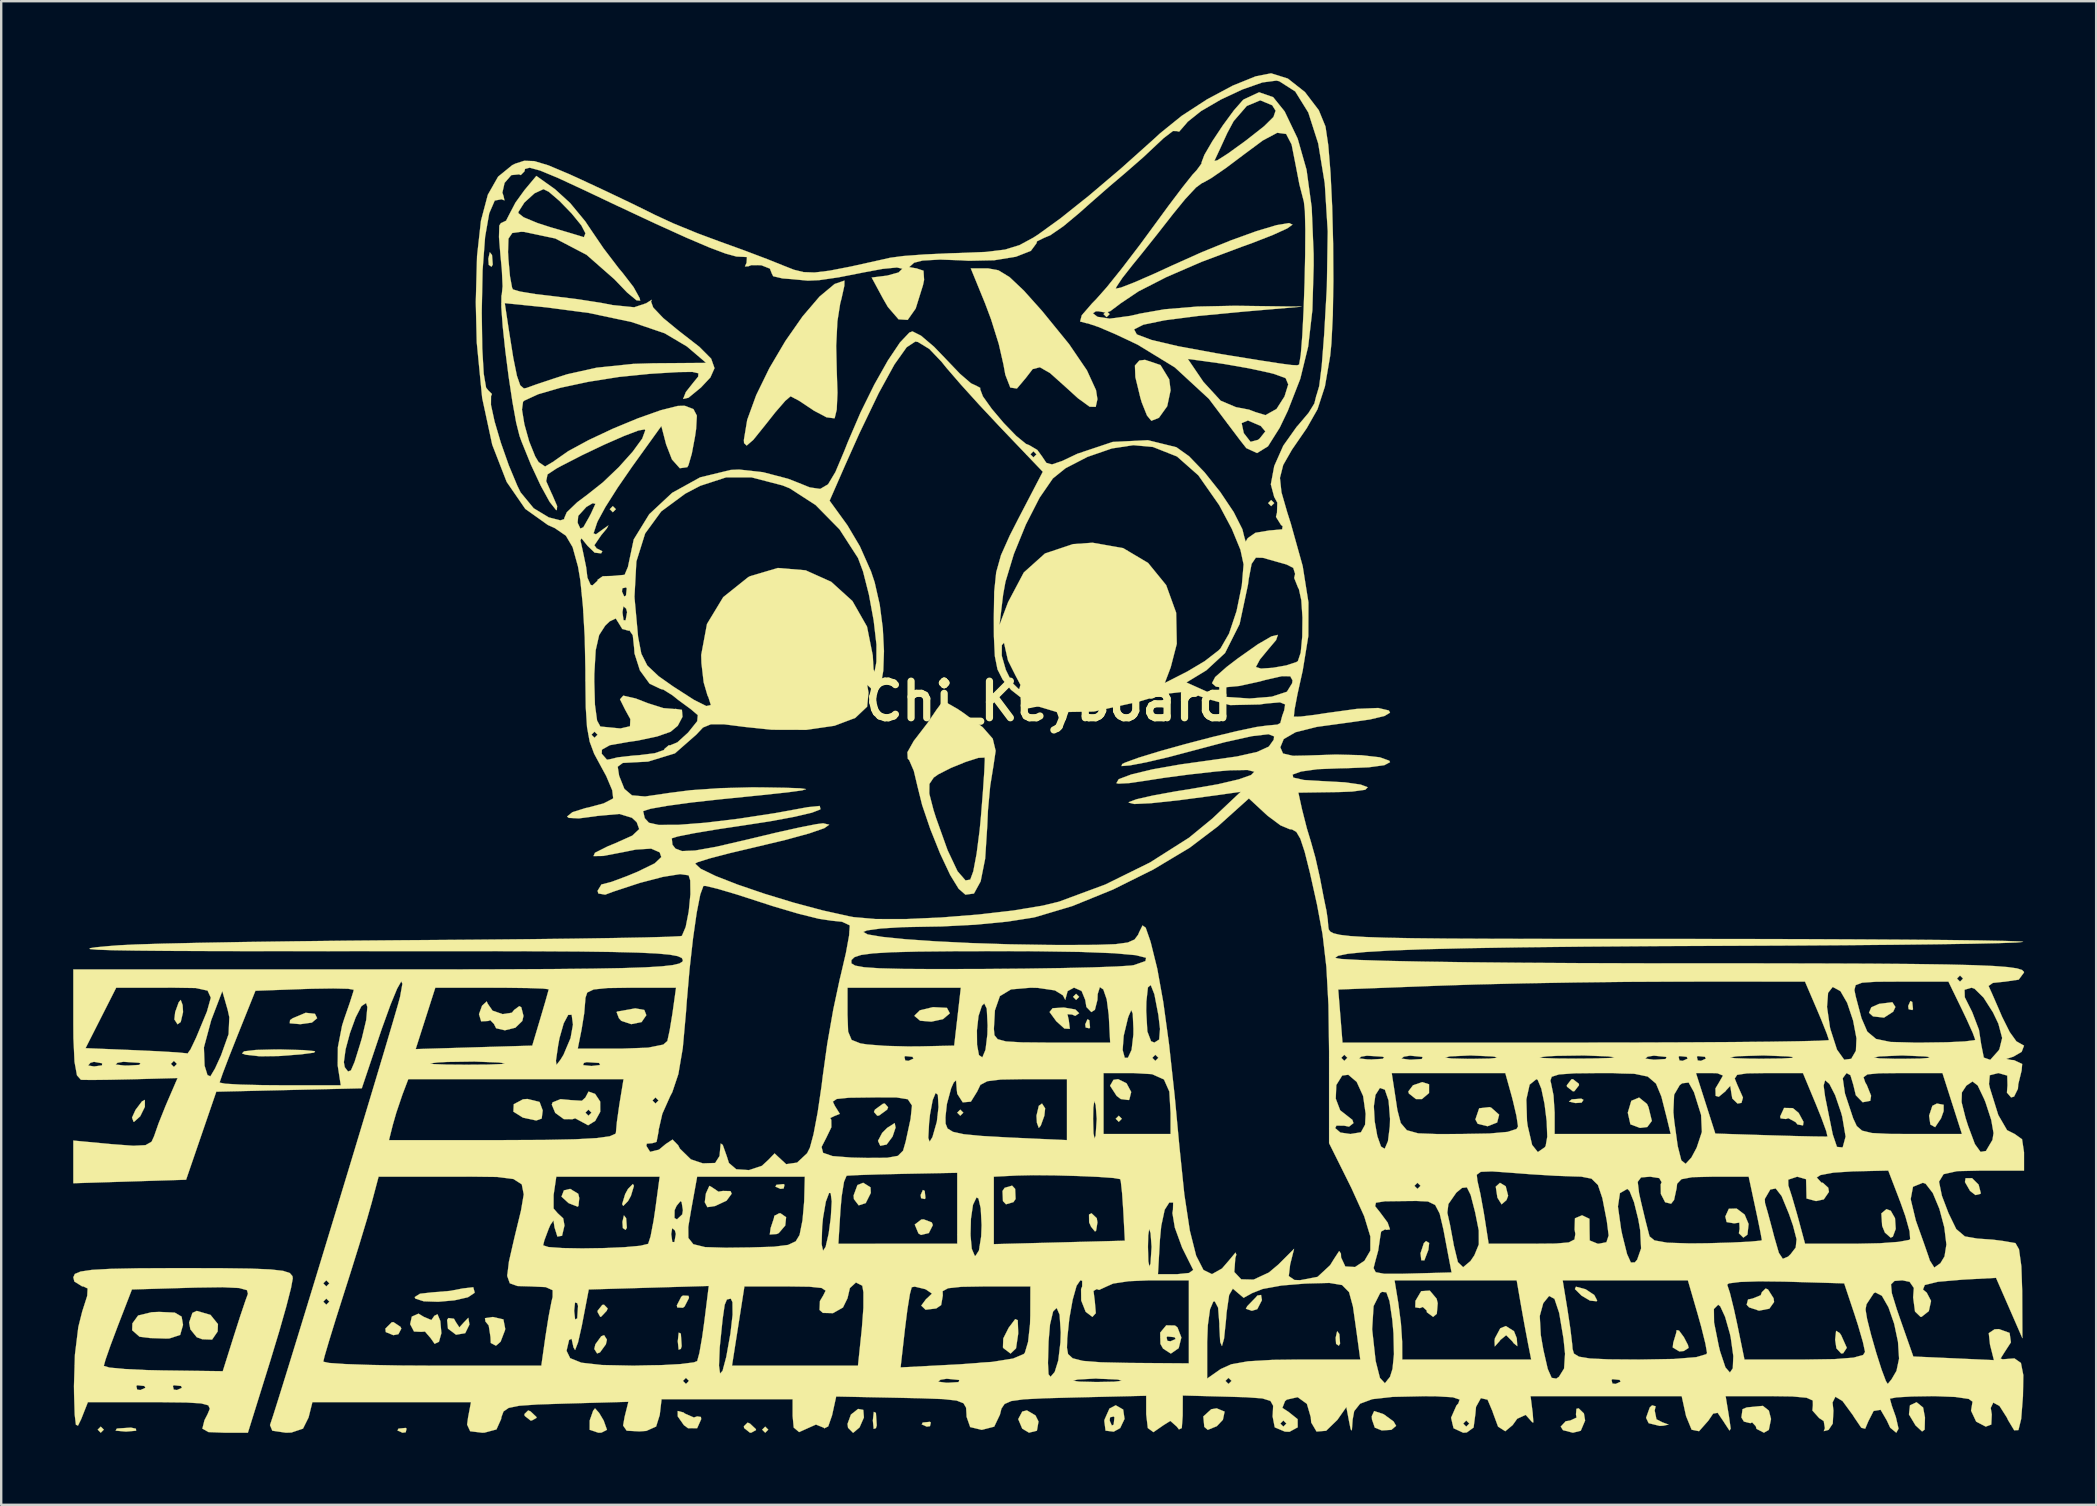
<source format=kicad_pcb>
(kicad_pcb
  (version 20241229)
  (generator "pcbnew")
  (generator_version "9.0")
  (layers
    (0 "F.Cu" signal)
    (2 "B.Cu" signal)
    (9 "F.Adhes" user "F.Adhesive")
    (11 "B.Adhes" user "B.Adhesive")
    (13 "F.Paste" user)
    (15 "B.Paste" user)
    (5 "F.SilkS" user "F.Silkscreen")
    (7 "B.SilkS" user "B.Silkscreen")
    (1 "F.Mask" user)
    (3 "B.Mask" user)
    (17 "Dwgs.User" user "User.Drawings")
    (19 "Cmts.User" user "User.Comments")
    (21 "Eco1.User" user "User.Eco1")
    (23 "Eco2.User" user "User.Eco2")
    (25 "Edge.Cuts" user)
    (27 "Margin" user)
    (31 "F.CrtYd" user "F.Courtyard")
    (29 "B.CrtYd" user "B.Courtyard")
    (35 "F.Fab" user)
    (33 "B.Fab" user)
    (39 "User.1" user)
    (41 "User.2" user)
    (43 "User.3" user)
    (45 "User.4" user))
  (footprint "Chi_Keyboard"
    (layer "F.Cu")
    (at 40.645 26.167)
    (property "Reference" "Chi_Keyboard" (at 0 0 0) (layer "F.SilkS") (effects (font (size 1.524 1.524) (thickness 0.3))))
    (attr through_hole)
    (fp_poly (pts (xy -39.37 30.353) (xy -39.497 30.48) (xy -39.624 30.353) (xy -39.497 30.226) (xy -39.37 30.353)) (stroke (width 0.01) (type solid)) (fill yes) (layer "F.SilkS"))
    (fp_poly (pts (xy -18.034 -8.001) (xy -18.161 -7.874) (xy -18.288 -8.001) (xy -18.161 -8.128) (xy -18.034 -8.001)) (stroke (width 0.01) (type solid)) (fill yes) (layer "F.SilkS"))
    (fp_poly (pts (xy -11.684 30.353) (xy -11.811 30.48) (xy -11.938 30.353) (xy -11.811 30.226) (xy -11.684 30.353)) (stroke (width 0.01) (type solid)) (fill yes) (layer "F.SilkS"))
    (fp_poly (pts (xy -3.556 17.145) (xy -3.683 17.272) (xy -3.81 17.145) (xy -3.683 17.018) (xy -3.556 17.145)) (stroke (width 0.01) (type solid)) (fill yes) (layer "F.SilkS"))
    (fp_poly (pts (xy 1.27 12.319) (xy 1.143 12.446) (xy 1.016 12.319) (xy 1.143 12.192) (xy 1.27 12.319)) (stroke (width 0.01) (type solid)) (fill yes) (layer "F.SilkS"))
    (fp_poly (pts (xy 2.54 -16.129) (xy 2.413 -16.002) (xy 2.286 -16.129) (xy 2.413 -16.256) (xy 2.54 -16.129)) (stroke (width 0.01) (type solid)) (fill yes) (layer "F.SilkS"))
    (fp_poly (pts (xy 3.048 17.399) (xy 2.921 17.526) (xy 2.794 17.399) (xy 2.921 17.272) (xy 3.048 17.399)) (stroke (width 0.01) (type solid)) (fill yes) (layer "F.SilkS"))
    (fp_poly (pts (xy 9.398 -8.255) (xy 9.271 -8.128) (xy 9.144 -8.255) (xy 9.271 -8.382) (xy 9.398 -8.255)) (stroke (width 0.01) (type solid)) (fill yes) (layer "F.SilkS"))
    (fp_poly (pts (xy -26.755 30.311) (xy -26.79 30.462) (xy -26.924 30.48) (xy -27.133 30.387) (xy -27.093 30.311) (xy -26.792 30.28) (xy -26.755 30.311)) (stroke (width 0.01) (type solid)) (fill yes) (layer "F.SilkS"))
    (fp_poly (pts (xy -23.194 -18.59) (xy -23.164 -18.193) (xy -23.215 -18.103) (xy -23.33 -18.179) (xy -23.348 -18.436) (xy -23.286 -18.707) (xy -23.194 -18.59)) (stroke (width 0.01) (type solid)) (fill yes) (layer "F.SilkS"))
    (fp_poly (pts (xy -17.606 21.542) (xy -17.576 21.939) (xy -17.627 22.029) (xy -17.742 21.953) (xy -17.76 21.696) (xy -17.698 21.425) (xy -17.606 21.542)) (stroke (width 0.01) (type solid)) (fill yes) (layer "F.SilkS"))
    (fp_poly (pts (xy -15.326 26.352) (xy -15.292 26.873) (xy -15.326 26.988) (xy -15.418 27.019) (xy -15.454 26.67) (xy -15.414 26.309) (xy -15.326 26.352)) (stroke (width 0.01) (type solid)) (fill yes) (layer "F.SilkS"))
    (fp_poly (pts (xy -11.007 20.151) (xy -11.042 20.302) (xy -11.176 20.32) (xy -11.385 20.227) (xy -11.345 20.151) (xy -11.044 20.12) (xy -11.007 20.151)) (stroke (width 0.01) (type solid)) (fill yes) (layer "F.SilkS"))
    (fp_poly (pts (xy -7.198 29.654) (xy -7.164 30.175) (xy -7.198 30.29) (xy -7.29 30.321) (xy -7.326 29.972) (xy -7.286 29.611) (xy -7.198 29.654)) (stroke (width 0.01) (type solid)) (fill yes) (layer "F.SilkS"))
    (fp_poly (pts (xy -5.165 20.405) (xy -5.134 20.706) (xy -5.165 20.743) (xy -5.316 20.708) (xy -5.334 20.574) (xy -5.241 20.365) (xy -5.165 20.405)) (stroke (width 0.01) (type solid)) (fill yes) (layer "F.SilkS"))
    (fp_poly (pts (xy -4.911 30.057) (xy -4.946 30.208) (xy -5.08 30.226) (xy -5.289 30.133) (xy -5.249 30.057) (xy -4.948 30.026) (xy -4.911 30.057)) (stroke (width 0.01) (type solid)) (fill yes) (layer "F.SilkS"))
    (fp_poly (pts (xy 1.693 13.293) (xy 1.724 13.594) (xy 1.693 13.631) (xy 1.542 13.596) (xy 1.524 13.462) (xy 1.617 13.253) (xy 1.693 13.293)) (stroke (width 0.01) (type solid)) (fill yes) (layer "F.SilkS"))
    (fp_poly (pts (xy 12.112 26.368) (xy 12.142 26.765) (xy 12.091 26.855) (xy 11.976 26.779) (xy 11.958 26.522) (xy 12.02 26.251) (xy 12.112 26.368)) (stroke (width 0.01) (type solid)) (fill yes) (layer "F.SilkS"))
    (fp_poly (pts (xy 22.283 16.611) (xy 22.207 16.726) (xy 21.95 16.744) (xy 21.679 16.682) (xy 21.796 16.59) (xy 22.193 16.56) (xy 22.283 16.611)) (stroke (width 0.01) (type solid)) (fill yes) (layer "F.SilkS"))
    (fp_poly (pts (xy 35.983 12.531) (xy 36.014 12.832) (xy 35.983 12.869) (xy 35.832 12.834) (xy 35.814 12.7) (xy 35.907 12.491) (xy 35.983 12.531)) (stroke (width 0.01) (type solid)) (fill yes) (layer "F.SilkS"))
    (fp_poly (pts (xy 15.854 22.575) (xy 15.822 22.86) (xy 15.653 23.3) (xy 15.527 23.294) (xy 15.494 23.002) (xy 15.633 22.58) (xy 15.724 22.494) (xy 15.854 22.575)) (stroke (width 0.01) (type solid)) (fill yes) (layer "F.SilkS"))
    (fp_poly (pts (xy 19.044 20.212) (xy 19.144 20.606) (xy 19.075 20.788) (xy 18.872 20.965) (xy 18.698 20.686) (xy 18.629 20.227) (xy 18.804 20.068) (xy 19.044 20.212)) (stroke (width 0.01) (type solid)) (fill yes) (layer "F.SilkS"))
    (fp_poly (pts (xy -38.032 30.313) (xy -38.023 30.397) (xy -38.421 30.431) (xy -38.481 30.43) (xy -38.875 30.394) (xy -38.837 30.317) (xy -38.794 30.304) (xy -38.24 30.267) (xy -38.032 30.313)) (stroke (width 0.01) (type solid)) (fill yes) (layer "F.SilkS"))
    (fp_poly (pts (xy -37.659 16.902) (xy -37.854 17.297) (xy -38.105 17.523) (xy -38.129 17.526) (xy -38.194 17.35) (xy -38.048 17.03) (xy -37.78 16.675) (xy -37.659 16.612) (xy -37.659 16.902)) (stroke (width 0.01) (type solid)) (fill yes) (layer "F.SilkS"))
    (fp_poly (pts (xy -36.086 12.66) (xy -36.068 12.954) (xy -36.165 13.367) (xy -36.298 13.462) (xy -36.429 13.26) (xy -36.396 12.954) (xy -36.248 12.544) (xy -36.165 12.446) (xy -36.086 12.66)) (stroke (width 0.01) (type solid)) (fill yes) (layer "F.SilkS"))
    (fp_poly (pts (xy -30.572 13.025) (xy -30.48 13.208) (xy -30.699 13.391) (xy -31.178 13.458) (xy -31.622 13.42) (xy -31.609 13.289) (xy -31.496 13.208) (xy -30.959 12.983) (xy -30.572 13.025)) (stroke (width 0.01) (type solid)) (fill yes) (layer "F.SilkS"))
    (fp_poly (pts (xy -27.007 26.068) (xy -26.973 26.143) (xy -27.095 26.375) (xy -27.305 26.416) (xy -27.621 26.287) (xy -27.637 26.143) (xy -27.375 25.881) (xy -27.305 25.87) (xy -27.007 26.068)) (stroke (width 0.01) (type solid)) (fill yes) (layer "F.SilkS"))
    (fp_poly (pts (xy -21.59 29.591) (xy -21.348 29.819) (xy -21.336 29.86) (xy -21.533 29.969) (xy -21.59 29.972) (xy -21.834 29.777) (xy -21.844 29.703) (xy -21.688 29.551) (xy -21.59 29.591)) (stroke (width 0.01) (type solid)) (fill yes) (layer "F.SilkS"))
    (fp_poly (pts (xy -18.406 26.603) (xy -18.45 26.797) (xy -18.695 27.133) (xy -18.815 27.178) (xy -18.932 26.991) (xy -18.888 26.797) (xy -18.643 26.461) (xy -18.523 26.416) (xy -18.406 26.603)) (stroke (width 0.01) (type solid)) (fill yes) (layer "F.SilkS"))
    (fp_poly (pts (xy -18.375 25.302) (xy -18.415 25.4) (xy -18.643 25.642) (xy -18.684 25.654) (xy -18.793 25.457) (xy -18.796 25.4) (xy -18.601 25.156) (xy -18.527 25.146) (xy -18.375 25.302)) (stroke (width 0.01) (type solid)) (fill yes) (layer "F.SilkS"))
    (fp_poly (pts (xy -17.28 20.193) (xy -17.406 20.61) (xy -17.526 20.828) (xy -17.727 21.031) (xy -17.772 20.955) (xy -17.646 20.538) (xy -17.526 20.32) (xy -17.325 20.117) (xy -17.28 20.193)) (stroke (width 0.01) (type solid)) (fill yes) (layer "F.SilkS"))
    (fp_poly (pts (xy -15.006 24.777) (xy -14.986 24.862) (xy -15.171 25.221) (xy -15.24 25.273) (xy -15.474 25.261) (xy -15.494 25.176) (xy -15.309 24.817) (xy -15.24 24.765) (xy -15.006 24.777)) (stroke (width 0.01) (type solid)) (fill yes) (layer "F.SilkS"))
    (fp_poly (pts (xy -12.446 30.099) (xy -12.204 30.327) (xy -12.192 30.368) (xy -12.389 30.477) (xy -12.446 30.48) (xy -12.69 30.285) (xy -12.7 30.211) (xy -12.544 30.059) (xy -12.446 30.099)) (stroke (width 0.01) (type solid)) (fill yes) (layer "F.SilkS"))
    (fp_poly (pts (xy -7.423 20.256) (xy -7.411 20.489) (xy -7.623 20.913) (xy -7.916 21.007) (xy -8.114 20.747) (xy -8.128 20.595) (xy -7.967 20.159) (xy -7.728 20.066) (xy -7.423 20.256)) (stroke (width 0.01) (type solid)) (fill yes) (layer "F.SilkS"))
    (fp_poly (pts (xy -6.69 16.92) (xy -6.731 17.018) (xy -7.067 17.263) (xy -7.142 17.272) (xy -7.28 17.116) (xy -7.239 17.018) (xy -6.903 16.773) (xy -6.828 16.764) (xy -6.69 16.92)) (stroke (width 0.01) (type solid)) (fill yes) (layer "F.SilkS"))
    (fp_poly (pts (xy -6.379 17.767) (xy -6.504 18.14) (xy -6.751 18.472) (xy -7.016 18.525) (xy -7.112 18.319) (xy -6.938 17.988) (xy -6.731 17.78) (xy -6.416 17.579) (xy -6.379 17.767)) (stroke (width 0.01) (type solid)) (fill yes) (layer "F.SilkS"))
    (fp_poly (pts (xy -4.869 21.719) (xy -4.826 21.829) (xy -4.994 22.161) (xy -5.32 22.24) (xy -5.426 22.176) (xy -5.58 21.807) (xy -5.308 21.597) (xy -5.207 21.59) (xy -4.869 21.719)) (stroke (width 0.01) (type solid)) (fill yes) (layer "F.SilkS"))
    (fp_poly (pts (xy -1.397 20.32) (xy -1.379 20.741) (xy -1.467 20.872) (xy -1.778 20.963) (xy -1.905 20.828) (xy -1.923 20.407) (xy -1.835 20.276) (xy -1.524 20.185) (xy -1.397 20.32)) (stroke (width 0.01) (type solid)) (fill yes) (layer "F.SilkS"))
    (fp_poly (pts (xy -0.549 29.76) (xy -0.423 30.014) (xy -0.49 30.396) (xy -0.819 30.479) (xy -1.101 30.311) (xy -1.269 29.914) (xy -1.1 29.599) (xy -0.908 29.549) (xy -0.549 29.76)) (stroke (width 0.01) (type solid)) (fill yes) (layer "F.SilkS"))
    (fp_poly (pts (xy -0.147 16.966) (xy -0.18 17.272) (xy -0.328 17.682) (xy -0.411 17.78) (xy -0.49 17.566) (xy -0.508 17.272) (xy -0.411 16.859) (xy -0.278 16.764) (xy -0.147 16.966)) (stroke (width 0.01) (type solid)) (fill yes) (layer "F.SilkS"))
    (fp_poly (pts (xy 2.004 21.542) (xy 2.032 21.717) (xy 1.978 22.056) (xy 1.932 22.098) (xy 1.768 21.899) (xy 1.686 21.717) (xy 1.681 21.39) (xy 1.786 21.336) (xy 2.004 21.542)) (stroke (width 0.01) (type solid)) (fill yes) (layer "F.SilkS"))
    (fp_poly (pts (xy 7.331 29.601) (xy 7.26 29.94) (xy 7.008 30.207) (xy 6.63 30.361) (xy 6.485 30.238) (xy 6.444 29.802) (xy 6.774 29.502) (xy 7 29.464) (xy 7.331 29.601)) (stroke (width 0.01) (type solid)) (fill yes) (layer "F.SilkS"))
    (fp_poly (pts (xy 8.886 24.956) (xy 8.692 25.332) (xy 8.467 25.4) (xy 8.217 25.315) (xy 8.273 25.209) (xy 8.645 24.826) (xy 8.693 24.765) (xy 8.85 24.74) (xy 8.886 24.956)) (stroke (width 0.01) (type solid)) (fill yes) (layer "F.SilkS"))
    (fp_poly (pts (xy 15.85 15.962) (xy 15.849 16.326) (xy 15.553 16.578) (xy 15.303 16.578) (xy 15.009 16.346) (xy 14.986 16.262) (xy 15.18 16.004) (xy 15.567 15.871) (xy 15.85 15.962)) (stroke (width 0.01) (type solid)) (fill yes) (layer "F.SilkS"))
    (fp_poly (pts (xy 18.44 16.936) (xy 18.77 17.229) (xy 18.687 17.554) (xy 18.288 17.71) (xy 17.878 17.608) (xy 17.78 17.426) (xy 17.938 16.962) (xy 18.374 16.913) (xy 18.44 16.936)) (stroke (width 0.01) (type solid)) (fill yes) (layer "F.SilkS"))
    (fp_poly (pts (xy 22.091 15.941) (xy 22.098 16.002) (xy 21.905 16.249) (xy 21.844 16.256) (xy 21.597 16.063) (xy 21.59 16.002) (xy 21.783 15.755) (xy 21.844 15.748) (xy 22.091 15.941)) (stroke (width 0.01) (type solid)) (fill yes) (layer "F.SilkS"))
    (fp_poly (pts (xy 22.373 24.503) (xy 22.734 24.742) (xy 22.854 24.973) (xy 22.834 25.003) (xy 22.554 24.976) (xy 22.206 24.77) (xy 21.927 24.494) (xy 21.971 24.396) (xy 22.373 24.503)) (stroke (width 0.01) (type solid)) (fill yes) (layer "F.SilkS"))
    (fp_poly (pts (xy 32.959 26.327) (xy 33.02 26.416) (xy 33.256 26.942) (xy 33.105 27.17) (xy 33.02 27.178) (xy 32.823 26.963) (xy 32.77 26.607) (xy 32.81 26.235) (xy 32.959 26.327)) (stroke (width 0.01) (type solid)) (fill yes) (layer "F.SilkS"))
    (fp_poly (pts (xy 35.281 12.74) (xy 35.189 12.937) (xy 34.807 13.184) (xy 34.348 13.133) (xy 34.181 12.983) (xy 34.277 12.756) (xy 34.599 12.612) (xy 35.154 12.543) (xy 35.281 12.74)) (stroke (width 0.01) (type solid)) (fill yes) (layer "F.SilkS"))
    (fp_poly (pts (xy 36.435 29.43) (xy 36.513 29.845) (xy 36.499 30.35) (xy 36.393 30.428) (xy 36.119 30.175) (xy 35.846 29.719) (xy 35.888 29.339) (xy 36.163 29.21) (xy 36.435 29.43)) (stroke (width 0.01) (type solid)) (fill yes) (layer "F.SilkS"))
    (fp_poly (pts (xy 37.291 16.816) (xy 37.29 17.081) (xy 37.184 17.378) (xy 36.936 17.749) (xy 36.738 17.638) (xy 36.685 17.272) (xy 36.821 16.86) (xy 37.011 16.764) (xy 37.291 16.816)) (stroke (width 0.01) (type solid)) (fill yes) (layer "F.SilkS"))
    (fp_poly (pts (xy 38.748 20.144) (xy 38.837 20.49) (xy 38.827 20.527) (xy 38.616 20.578) (xy 38.392 20.405) (xy 38.179 20.035) (xy 38.206 19.876) (xy 38.475 19.873) (xy 38.748 20.144)) (stroke (width 0.01) (type solid)) (fill yes) (layer "F.SilkS"))
    (fp_poly (pts (xy -21.212 16.699) (xy -21.082 17.05) (xy -21.124 17.389) (xy -21.35 17.471) (xy -21.907 17.351) (xy -22.303 17.103) (xy -22.288 16.792) (xy -21.904 16.588) (xy -21.717 16.573) (xy -21.212 16.699)) (stroke (width 0.01) (type solid)) (fill yes) (layer "F.SilkS"))
    (fp_poly (pts (xy -19.602 20.523) (xy -19.558 20.701) (xy -19.592 21.028) (xy -19.622 21.062) (xy -19.878 20.964) (xy -20.003 20.914) (xy -20.3 20.644) (xy -20.199 20.383) (xy -19.939 20.32) (xy -19.602 20.523)) (stroke (width 0.01) (type solid)) (fill yes) (layer "F.SilkS"))
    (fp_poly (pts (xy -18.729 29.658) (xy -18.542 29.972) (xy -18.404 30.358) (xy -18.633 30.476) (xy -18.763 30.48) (xy -19.125 30.359) (xy -19.124 29.972) (xy -18.98 29.562) (xy -18.902 29.464) (xy -18.729 29.658)) (stroke (width 0.01) (type solid)) (fill yes) (layer "F.SilkS"))
    (fp_poly (pts (xy -16.848 12.866) (xy -16.764 13.083) (xy -16.962 13.37) (xy -17.392 13.457) (xy -17.808 13.318) (xy -17.907 13.208) (xy -18.003 12.956) (xy -17.985 12.935) (xy -17.225 12.798) (xy -16.848 12.866)) (stroke (width 0.01) (type solid)) (fill yes) (layer "F.SilkS"))
    (fp_poly (pts (xy -7.724 29.529) (xy -7.698 29.845) (xy -7.879 30.257) (xy -8.138 30.479) (xy -8.155 30.48) (xy -8.359 30.275) (xy -8.382 30.114) (xy -8.239 29.724) (xy -7.94 29.489) (xy -7.724 29.529)) (stroke (width 0.01) (type solid)) (fill yes) (layer "F.SilkS"))
    (fp_poly (pts (xy 3.245 15.921) (xy 3.439 16.283) (xy 3.36 16.599) (xy 3.332 16.619) (xy 3.004 16.577) (xy 2.835 16.449) (xy 2.558 16.023) (xy 2.699 15.777) (xy 2.894 15.748) (xy 3.245 15.921)) (stroke (width 0.01) (type solid)) (fill yes) (layer "F.SilkS"))
    (fp_poly (pts (xy 24.931 16.782) (xy 24.992 16.912) (xy 25.133 17.488) (xy 24.942 17.743) (xy 24.638 17.78) (xy 24.24 17.631) (xy 24.13 17.145) (xy 24.277 16.651) (xy 24.602 16.515) (xy 24.931 16.782)) (stroke (width 0.01) (type solid)) (fill yes) (layer "F.SilkS"))
    (fp_poly (pts (xy 35.087 21.231) (xy 35.265 21.542) (xy 35.294 21.989) (xy 35.174 22.314) (xy 35.082 22.352) (xy 34.843 22.141) (xy 34.728 21.859) (xy 34.696 21.341) (xy 34.909 21.164) (xy 35.087 21.231)) (stroke (width 0.01) (type solid)) (fill yes) (layer "F.SilkS"))
    (fp_poly (pts (xy -34.925 25.57) (xy -34.614 25.954) (xy -34.626 26.263) (xy -34.858 26.6) (xy -35.266 26.586) (xy -35.496 26.502) (xy -35.763 26.172) (xy -35.814 25.887) (xy -35.677 25.488) (xy -35.496 25.404) (xy -34.925 25.57)) (stroke (width 0.01) (type solid)) (fill yes) (layer "F.SilkS"))
    (fp_poly (pts (xy -10.94 21.5) (xy -10.976 21.847) (xy -11.244 22.159) (xy -11.331 22.201) (xy -11.621 22.222) (xy -11.585 21.953) (xy -11.45 21.547) (xy -11.43 21.442) (xy -11.233 21.339) (xy -11.176 21.336) (xy -10.94 21.5)) (stroke (width 0.01) (type solid)) (fill yes) (layer "F.SilkS"))
    (fp_poly (pts (xy -1.288 25.79) (xy -1.27 26.286) (xy -1.27 26.359) (xy -1.36 26.965) (xy -1.587 27.183) (xy -1.884 26.957) (xy -1.905 26.924) (xy -1.891 26.551) (xy -1.666 26.106) (xy -1.394 25.746) (xy -1.288 25.79)) (stroke (width 0.01) (type solid)) (fill yes) (layer "F.SilkS"))
    (fp_poly (pts (xy 13.937 29.7) (xy 13.97 29.718) (xy 14.371 30.011) (xy 14.478 30.193) (xy 14.28 30.36) (xy 13.879 30.385) (xy 13.589 30.268) (xy 13.471 29.929) (xy 13.462 29.794) (xy 13.562 29.577) (xy 13.937 29.7)) (stroke (width 0.01) (type solid)) (fill yes) (layer "F.SilkS"))
    (fp_poly (pts (xy 26.265 26.225) (xy 26.467 26.497) (xy 26.636 26.822) (xy 26.666 26.945) (xy 26.462 27.076) (xy 26.278 27.093) (xy 26.003 26.928) (xy 26.024 26.734) (xy 26.152 26.307) (xy 26.166 26.205) (xy 26.265 26.225)) (stroke (width 0.01) (type solid)) (fill yes) (layer "F.SilkS"))
    (fp_poly (pts (xy -24.134 25.971) (xy -24.311 26.333) (xy -24.693 26.397) (xy -25.029 26.145) (xy -25.065 25.779) (xy -25.01 25.701) (xy -24.779 25.731) (xy -24.699 25.873) (xy -24.555 26.092) (xy -24.357 25.873) (xy -24.181 25.691) (xy -24.134 25.971)) (stroke (width 0.01) (type solid)) (fill yes) (layer "F.SilkS"))
    (fp_poly (pts (xy -22.72 25.758) (xy -22.644 26.149) (xy -22.652 26.206) (xy -22.837 26.688) (xy -23.03 26.855) (xy -23.245 26.741) (xy -23.257 26.494) (xy -23.332 26.012) (xy -23.467 25.848) (xy -23.488 25.707) (xy -23.16 25.658) (xy -22.72 25.758)) (stroke (width 0.01) (type solid)) (fill yes) (layer "F.SilkS"))
    (fp_poly (pts (xy -15.216 29.636) (xy -15.153 29.685) (xy -14.783 29.846) (xy -14.645 29.8) (xy -14.49 29.824) (xy -14.478 29.915) (xy -14.647 30.292) (xy -15.025 30.294) (xy -15.199 30.165) (xy -15.456 29.799) (xy -15.457 29.574) (xy -15.216 29.636)) (stroke (width 0.01) (type solid)) (fill yes) (layer "F.SilkS"))
    (fp_poly (pts (xy -14.036 20.249) (xy -13.759 20.436) (xy -13.573 20.406) (xy -13.256 20.413) (xy -13.208 20.52) (xy -13.42 20.81) (xy -13.898 21.034) (xy -14.221 21.082) (xy -14.329 20.877) (xy -14.283 20.517) (xy -14.138 20.194) (xy -14.036 20.249)) (stroke (width 0.01) (type solid)) (fill yes) (layer "F.SilkS"))
    (fp_poly (pts (xy -4.24 12.778) (xy -4.121 12.998) (xy -4.125 13.012) (xy -4.402 13.247) (xy -4.886 13.352) (xy -5.355 13.314) (xy -5.586 13.12) (xy -5.588 13.097) (xy -5.366 12.879) (xy -4.83 12.75) (xy -4.803 12.748) (xy -4.24 12.778)) (stroke (width 0.01) (type solid)) (fill yes) (layer "F.SilkS"))
    (fp_poly (pts (xy 25.29 29.379) (xy 25.251 29.556) (xy 25.325 29.92) (xy 25.572 30.047) (xy 25.83 30.141) (xy 25.609 30.188) (xy 25.463 30.197) (xy 25 30.083) (xy 24.892 29.86) (xy 25.045 29.429) (xy 25.143 29.339) (xy 25.29 29.379)) (stroke (width 0.01) (type solid)) (fill yes) (layer "F.SilkS"))
    (fp_poly (pts (xy 31.008 16.955) (xy 31.249 17.154) (xy 31.452 17.528) (xy 31.431 17.676) (xy 31.2 17.635) (xy 31.123 17.539) (xy 30.819 17.375) (xy 30.716 17.41) (xy 30.495 17.381) (xy 30.48 17.302) (xy 30.643 16.947) (xy 31.008 16.955)) (stroke (width 0.01) (type solid)) (fill yes) (layer "F.SilkS"))
    (fp_poly (pts (xy -32.004 14.511) (xy -31.032 14.538) (xy -30.567 14.583) (xy -30.607 14.643) (xy -31.151 14.715) (xy -32.086 14.786) (xy -32.87 14.796) (xy -33.457 14.731) (xy -33.61 14.676) (xy -33.525 14.589) (xy -33.032 14.531) (xy -32.229 14.51) (xy -32.004 14.511)) (stroke (width 0.01) (type solid)) (fill yes) (layer "F.SilkS"))
    (fp_poly (pts (xy 1.112 12.845) (xy 1.27 13.001) (xy 1.107 13.112) (xy 0.973 13.054) (xy 0.782 13.042) (xy 0.838 13.293) (xy 0.882 13.652) (xy 0.656 13.64) (xy 0.318 13.336) (xy 0.037 12.951) (xy 0.165 12.792) (xy 0.635 12.764) (xy 1.112 12.845)) (stroke (width 0.01) (type solid)) (fill yes) (layer "F.SilkS"))
    (fp_poly (pts (xy 16.165 24.898) (xy 16.21 25.082) (xy 16.173 25.525) (xy 16.02 25.654) (xy 15.759 25.461) (xy 15.748 25.385) (xy 15.589 25.24) (xy 15.47 25.288) (xy 15.275 25.255) (xy 15.283 24.986) (xy 15.522 24.582) (xy 15.88 24.559) (xy 16.165 24.898)) (stroke (width 0.01) (type solid)) (fill yes) (layer "F.SilkS"))
    (fp_poly (pts (xy 22.302 29.677) (xy 22.352 29.972) (xy 22.172 30.397) (xy 21.844 30.48) (xy 21.431 30.374) (xy 21.336 30.226) (xy 21.543 30.003) (xy 21.732 29.972) (xy 21.995 29.849) (xy 21.971 29.718) (xy 21.991 29.484) (xy 22.083 29.464) (xy 22.302 29.677)) (stroke (width 0.01) (type solid)) (fill yes) (layer "F.SilkS"))
    (fp_poly (pts (xy 28.999 21.392) (xy 29.164 21.783) (xy 29.117 22.224) (xy 28.946 22.352) (xy 28.759 22.169) (xy 28.789 21.984) (xy 28.778 21.726) (xy 28.562 21.757) (xy 28.249 21.703) (xy 28.194 21.472) (xy 28.34 21.149) (xy 28.665 21.14) (xy 28.999 21.392)) (stroke (width 0.01) (type solid)) (fill yes) (layer "F.SilkS"))
    (fp_poly (pts (xy 29.972 24.511) (xy 30.206 24.879) (xy 30.226 25.034) (xy 30.028 25.312) (xy 29.598 25.395) (xy 29.183 25.256) (xy 29.083 25.146) (xy 29.141 24.929) (xy 29.322 24.892) (xy 29.669 24.752) (xy 29.718 24.623) (xy 29.874 24.471) (xy 29.972 24.511)) (stroke (width 0.01) (type solid)) (fill yes) (layer "F.SilkS"))
    (fp_poly (pts (xy -36.413 25.476) (xy -36.128 25.643) (xy -36.069 25.987) (xy -36.188 26.406) (xy -36.633 26.551) (xy -36.767 26.557) (xy -37.451 26.535) (xy -37.882 26.48) (xy -38.188 26.211) (xy -38.178 25.924) (xy -37.94 25.596) (xy -37.374 25.459) (xy -37.062 25.446) (xy -36.413 25.476)) (stroke (width 0.01) (type solid)) (fill yes) (layer "F.SilkS"))
    (fp_poly (pts (xy -23.917 24.633) (xy -23.924 24.654) (xy -24.197 24.836) (xy -24.761 24.964) (xy -25.434 25.024) (xy -26.036 25.005) (xy -26.386 24.893) (xy -26.416 24.828) (xy -26.196 24.689) (xy -25.718 24.635) (xy -24.938 24.57) (xy -24.413 24.469) (xy -23.976 24.419) (xy -23.917 24.633)) (stroke (width 0.01) (type solid)) (fill yes) (layer "F.SilkS"))
    (fp_poly (pts (xy 4.659 -14.007) (xy 5.024 -13.41) (xy 5.08 -12.954) (xy 4.939 -12.29) (xy 4.595 -11.81) (xy 4.279 -11.684) (xy 4.097 -11.903) (xy 3.879 -12.448) (xy 3.823 -12.636) (xy 3.613 -13.501) (xy 3.594 -13.987) (xy 3.777 -14.194) (xy 4.013 -14.224) (xy 4.659 -14.007)) (stroke (width 0.01) (type solid)) (fill yes) (layer "F.SilkS"))
    (fp_poly (pts (xy 19.388 26.249) (xy 19.505 26.543) (xy 19.526 26.875) (xy 19.374 26.749) (xy 19.318 26.67) (xy 19.063 26.417) (xy 18.823 26.613) (xy 18.782 26.67) (xy 18.589 26.885) (xy 18.579 26.649) (xy 18.595 26.543) (xy 18.818 26.129) (xy 19.05 26.035) (xy 19.388 26.249)) (stroke (width 0.01) (type solid)) (fill yes) (layer "F.SilkS"))
    (fp_poly (pts (xy 30.007 29.557) (xy 30.099 29.909) (xy 30.006 30.362) (xy 29.803 30.48) (xy 29.493 30.319) (xy 29.464 30.211) (xy 29.313 30.051) (xy 29.237 30.083) (xy 28.968 30.015) (xy 28.864 29.844) (xy 28.912 29.497) (xy 29.091 29.426) (xy 29.636 29.373) (xy 29.76 29.362) (xy 30.007 29.557)) (stroke (width 0.01) (type solid)) (fill yes) (layer "F.SilkS"))
    (fp_poly (pts (xy -26.037 25.652) (xy -25.722 25.787) (xy -25.596 25.608) (xy -25.466 25.545) (xy -25.349 25.823) (xy -25.304 26.332) (xy -25.405 26.691) (xy -25.585 26.776) (xy -25.744 26.548) (xy -25.987 26.265) (xy -26.143 26.277) (xy -26.445 26.263) (xy -26.605 25.957) (xy -26.535 25.642) (xy -26.256 25.519) (xy -26.037 25.652)) (stroke (width 0.01) (type solid)) (fill yes) (layer "F.SilkS"))
    (fp_poly (pts (xy 3.105 29.515) (xy 3.161 29.905) (xy 2.979 30.287) (xy 2.71 30.436) (xy 2.37 30.394) (xy 2.32 30.003) (xy 2.324 29.972) (xy 2.54 29.972) (xy 2.633 30.181) (xy 2.709 30.141) (xy 2.74 29.84) (xy 2.709 29.803) (xy 2.558 29.838) (xy 2.54 29.972) (xy 2.324 29.972) (xy 2.329 29.931) (xy 2.533 29.473) (xy 2.794 29.337) (xy 3.105 29.515)) (stroke (width 0.01) (type solid)) (fill yes) (layer "F.SilkS"))
    (fp_poly (pts (xy -23.372 12.607) (xy -23.171 12.895) (xy -22.751 13.039) (xy -22.367 12.98) (xy -22.272 12.864) (xy -22.058 12.706) (xy -21.974 12.753) (xy -21.883 13.114) (xy -21.932 13.324) (xy -22.22 13.604) (xy -22.658 13.713) (xy -23.023 13.627) (xy -23.114 13.447) (xy -23.267 13.29) (xy -23.35 13.324) (xy -23.646 13.34) (xy -23.737 13.042) (xy -23.609 12.688) (xy -23.415 12.509) (xy -23.372 12.607)) (stroke (width 0.01) (type solid)) (fill yes) (layer "F.SilkS"))
    (fp_poly (pts (xy 5.263 26.013) (xy 5.368 26.094) (xy 5.529 26.512) (xy 5.417 26.957) (xy 5.1 27.177) (xy 5.08 27.178) (xy 4.766 26.974) (xy 4.657 26.78) (xy 4.651 26.501) (xy 4.911 26.501) (xy 4.946 26.652) (xy 5.08 26.67) (xy 5.289 26.577) (xy 5.249 26.501) (xy 4.948 26.47) (xy 4.911 26.501) (xy 4.651 26.501) (xy 4.647 26.31) (xy 4.899 26.006) (xy 5.263 26.013)) (stroke (width 0.01) (type solid)) (fill yes) (layer "F.SilkS"))
    (fp_poly (pts (xy -18.899 16.362) (xy -18.687 16.682) (xy -18.684 17.107) (xy -18.894 17.487) (xy -19.19 17.67) (xy -19.418 17.546) (xy -19.729 17.379) (xy -19.841 17.417) (xy -20.203 17.413) (xy -20.559 17.153) (xy -20.563 17.145) (xy -19.304 17.145) (xy -19.177 17.272) (xy -19.05 17.145) (xy -19.177 17.018) (xy -19.304 17.145) (xy -20.563 17.145) (xy -20.703 16.812) (xy -20.67 16.715) (xy -20.338 16.581) (xy -19.911 16.621) (xy -19.449 16.649) (xy -19.304 16.515) (xy -19.173 16.266) (xy -18.899 16.362)) (stroke (width 0.01) (type solid)) (fill yes) (layer "F.SilkS"))
    (fp_poly (pts (xy -2.095 -17.955) (xy -1.629 -17.67) (xy -1.037 -17.111) (xy -0.274 -16.259) (xy 0.851 -14.878) (xy 1.594 -13.787) (xy 1.973 -12.96) (xy 2.032 -12.586) (xy 1.96 -12.264) (xy 1.707 -12.27) (xy 1.217 -12.626) (xy 0.715 -13.083) (xy 0.057 -13.672) (xy -0.366 -13.915) (xy -0.667 -13.838) (xy -0.955 -13.465) (xy -0.957 -13.462) (xy -1.323 -13.028) (xy -1.599 -13.069) (xy -1.805 -13.599) (xy -1.885 -14.034) (xy -2.079 -14.884) (xy -2.402 -15.917) (xy -2.648 -16.573) (xy -3.245 -18.034) (xy -2.524 -18.034) (xy -2.095 -17.955)) (stroke (width 0.01) (type solid)) (fill yes) (layer "F.SilkS"))
    (fp_poly (pts (xy -8.514 -17.31) (xy -8.633 -16.772) (xy -8.686 -16.574) (xy -8.803 -15.828) (xy -8.854 -14.805) (xy -8.83 -13.772) (xy -8.8 -12.854) (xy -8.831 -12.15) (xy -8.916 -11.798) (xy -8.929 -11.787) (xy -9.26 -11.83) (xy -9.79 -12.112) (xy -9.883 -12.176) (xy -10.408 -12.524) (xy -10.737 -12.696) (xy -10.759 -12.7) (xy -10.976 -12.515) (xy -11.393 -12.034) (xy -11.799 -11.52) (xy -12.304 -10.893) (xy -12.583 -10.651) (xy -12.692 -10.754) (xy -12.7 -10.883) (xy -12.561 -11.722) (xy -12.185 -12.755) (xy -11.634 -13.883) (xy -10.97 -15.008) (xy -10.255 -16.032) (xy -9.55 -16.857) (xy -8.919 -17.384) (xy -8.509 -17.526) (xy -8.514 -17.31)) (stroke (width 0.01) (type solid)) (fill yes) (layer "F.SilkS"))
    (fp_poly (pts (xy -3.779 0.334) (xy -3.537 0.498) (xy -2.749 1.084) (xy -2.331 1.561) (xy -2.209 2.067) (xy -2.308 2.737) (xy -2.309 2.74) (xy -2.437 3.536) (xy -2.531 4.559) (xy -2.559 5.207) (xy -2.646 6.561) (xy -2.834 7.506) (xy -3.113 8.014) (xy -3.469 8.061) (xy -3.748 7.819) (xy -4.102 7.243) (xy -4.521 6.352) (xy -4.934 5.322) (xy -5.272 4.327) (xy -5.39 3.85) (xy -4.975 3.85) (xy -4.799 4.532) (xy -4.693 4.864) (xy -4.21 6.213) (xy -3.798 7.084) (xy -3.464 7.468) (xy -3.267 7.433) (xy -3.14 7.086) (xy -3.003 6.357) (xy -2.876 5.375) (xy -2.821 4.8) (xy -2.739 3.762) (xy -2.683 2.937) (xy -2.661 2.441) (xy -2.666 2.348) (xy -2.926 2.36) (xy -3.456 2.529) (xy -4.075 2.781) (xy -4.598 3.047) (xy -4.791 3.183) (xy -4.969 3.448) (xy -4.975 3.85) (xy -5.39 3.85) (xy -5.456 3.588) (xy -5.619 2.901) (xy -5.812 2.456) (xy -5.871 2.395) (xy -5.886 2.127) (xy -5.62 1.653) (xy -5.531 1.539) (xy -5.056 0.92) (xy -4.694 0.388) (xy -4.68 0.366) (xy -4.477 0.093) (xy -4.228 0.077) (xy -3.779 0.334)) (stroke (width 0.01) (type solid)) (fill yes) (layer "F.SilkS"))
    (fp_poly (pts (xy -34.433 23.626) (xy -33.238 23.642) (xy -32.416 23.677) (xy -31.899 23.736) (xy -31.619 23.827) (xy -31.509 23.956) (xy -31.496 24.051) (xy -31.569 24.45) (xy -31.767 25.223) (xy -32.061 26.258) (xy -32.421 27.447) (xy -32.431 27.48) (xy -33.366 30.48) (xy -34.336 30.48) (xy -35.011 30.453) (xy -35.263 30.309) (xy -35.175 29.958) (xy -35.043 29.701) (xy -34.952 29.482) (xy -35.015 29.339) (xy -35.315 29.258) (xy -35.931 29.221) (xy -36.946 29.21) (xy -37.407 29.21) (xy -40.034 29.21) (xy -40.31 29.909) (xy -40.446 30.186) (xy -40.532 30.146) (xy -40.582 29.731) (xy -40.608 28.883) (xy -40.613 28.543) (xy -40.613 28.533) (xy -38.015 28.533) (xy -37.98 28.684) (xy -37.846 28.702) (xy -37.637 28.609) (xy -37.677 28.533) (xy -36.491 28.533) (xy -36.456 28.684) (xy -36.322 28.702) (xy -36.113 28.609) (xy -36.153 28.533) (xy -36.454 28.502) (xy -36.491 28.533) (xy -37.677 28.533) (xy -37.978 28.502) (xy -38.015 28.533) (xy -40.613 28.533) (xy -40.587 27.696) (xy -39.37 27.696) (xy -39.134 27.766) (xy -38.499 27.826) (xy -37.574 27.87) (xy -36.891 27.885) (xy -34.413 27.917) (xy -33.957 26.468) (xy -33.689 25.632) (xy -33.466 24.971) (xy -33.364 24.692) (xy -33.404 24.54) (xy -33.731 24.451) (xy -34.413 24.418) (xy -35.523 24.433) (xy -35.712 24.438) (xy -38.198 24.511) (xy -38.784 26.026) (xy -39.087 26.832) (xy -39.299 27.439) (xy -39.37 27.696) (xy -40.587 27.696) (xy -40.573 27.229) (xy -40.432 26.078) (xy -40.27 25.432) (xy -40.061 24.778) (xy -40.044 24.47) (xy -40.221 24.385) (xy -40.27 24.384) (xy -40.597 24.18) (xy -40.64 24.003) (xy -40.576 23.865) (xy -40.339 23.765) (xy -39.866 23.695) (xy -39.091 23.652) (xy -37.948 23.629) (xy -36.374 23.622) (xy -36.068 23.622) (xy -34.433 23.626)) (stroke (width 0.01) (type solid)) (fill yes) (layer "F.SilkS"))
    (fp_poly (pts (xy 9.355 -25.168) (xy 9.832 -24.575) (xy 10.375 -23.441) (xy 10.745 -22.142) (xy 10.96 -20.575) (xy 11.04 -18.637) (xy 11.042 -18.161) (xy 10.988 -16.301) (xy 10.813 -14.779) (xy 10.484 -13.434) (xy 9.966 -12.104) (xy 9.628 -11.398) (xy 9.138 -10.62) (xy 8.682 -10.339) (xy 8.234 -10.546) (xy 7.977 -10.874) (xy 7.438 -11.588) (xy 8.04 -11.588) (xy 8.129 -11.174) (xy 8.137 -11.16) (xy 8.412 -10.807) (xy 8.72 -10.889) (xy 8.793 -10.947) (xy 9.028 -11.242) (xy 8.839 -11.467) (xy 8.303 -11.697) (xy 8.04 -11.588) (xy 7.438 -11.588) (xy 6.676 -12.599) (xy 5.255 -13.91) (xy 4.679 -14.262) (xy 5.798 -14.262) (xy 6.449 -13.304) (xy 7.167 -12.521) (xy 7.8 -12.253) (xy 8.349 -12.148) (xy 8.61 -12.048) (xy 9.032 -11.919) (xy 9.494 -12.176) (xy 9.827 -12.697) (xy 9.983 -13.199) (xy 9.874 -13.46) (xy 9.398 -13.634) (xy 9.184 -13.689) (xy 8.335 -13.872) (xy 7.336 -14.047) (xy 7.027 -14.093) (xy 5.798 -14.262) (xy 4.679 -14.262) (xy 3.708 -14.855) (xy 2.816 -15.277) (xy 2.079 -15.592) (xy 1.632 -15.742) (xy 1.585 -15.748) (xy 1.31 -15.821) (xy 1.379 -16.08) (xy 1.45 -16.162) (xy 1.842 -16.162) (xy 2.035 -16.016) (xy 2.545 -15.94) (xy 3.404 -16.056) (xy 3.805 -16.15) (xy 4.835 -16.331) (xy 6.2 -16.444) (xy 7.73 -16.476) (xy 7.866 -16.475) (xy 10.541 -16.44) (xy 8.128 -16.233) (xy 6.228 -16.052) (xy 4.834 -15.872) (xy 3.944 -15.688) (xy 3.558 -15.494) (xy 3.672 -15.284) (xy 4.286 -15.051) (xy 5.398 -14.79) (xy 7.006 -14.494) (xy 7.62 -14.392) (xy 8.84 -14.195) (xy 9.644 -14.071) (xy 10.121 -14.008) (xy 10.355 -13.997) (xy 10.434 -14.025) (xy 10.438 -14.034) (xy 10.505 -14.444) (xy 10.568 -15.234) (xy 10.621 -16.277) (xy 10.663 -17.446) (xy 10.688 -18.612) (xy 10.694 -19.648) (xy 10.676 -20.426) (xy 10.634 -20.811) (xy 10.447 -21.534) (xy 10.289 -22.352) (xy 10.123 -23.195) (xy 9.895 -23.634) (xy 9.523 -23.685) (xy 8.927 -23.367) (xy 8.143 -22.786) (xy 7.383 -22.215) (xy 6.77 -21.793) (xy 6.419 -21.596) (xy 6.391 -21.59) (xy 6.138 -21.404) (xy 5.685 -20.917) (xy 5.185 -20.304) (xy 4.522 -19.456) (xy 3.862 -18.628) (xy 3.493 -18.175) (xy 3.064 -17.628) (xy 2.818 -17.256) (xy 2.794 -17.191) (xy 3.007 -17.233) (xy 3.581 -17.456) (xy 4.422 -17.823) (xy 5.144 -18.155) (xy 6.398 -18.717) (xy 7.597 -19.203) (xy 8.656 -19.585) (xy 9.491 -19.835) (xy 10.018 -19.923) (xy 10.16 -19.857) (xy 9.937 -19.698) (xy 9.341 -19.427) (xy 8.483 -19.092) (xy 8.065 -18.942) (xy 6.375 -18.308) (xy 4.905 -17.672) (xy 3.743 -17.077) (xy 2.981 -16.565) (xy 2.958 -16.545) (xy 2.565 -16.251) (xy 2.386 -16.192) (xy 2.075 -16.247) (xy 1.968 -16.248) (xy 1.842 -16.162) (xy 1.45 -16.162) (xy 1.815 -16.584) (xy 1.976 -16.747) (xy 2.42 -17.249) (xy 3.059 -18.044) (xy 3.795 -19.008) (xy 4.312 -19.712) (xy 4.994 -20.643) (xy 5.58 -21.418) (xy 5.999 -21.945) (xy 6.168 -22.126) (xy 6.368 -22.402) (xy 6.369 -22.446) (xy 6.393 -22.51) (xy 6.903 -22.51) (xy 7.031 -22.539) (xy 7.471 -22.821) (xy 8.131 -23.297) (xy 8.237 -23.376) (xy 8.98 -23.96) (xy 9.366 -24.342) (xy 9.456 -24.605) (xy 9.314 -24.831) (xy 8.815 -25.037) (xy 8.254 -24.801) (xy 7.707 -24.169) (xy 7.442 -23.676) (xy 7.144 -23.026) (xy 6.933 -22.574) (xy 6.903 -22.51) (xy 6.393 -22.51) (xy 6.488 -22.763) (xy 6.819 -23.331) (xy 7.262 -23.998) (xy 7.716 -24.616) (xy 8.082 -25.034) (xy 8.128 -25.074) (xy 8.769 -25.372) (xy 9.355 -25.168)) (stroke (width 0.01) (type solid)) (fill yes) (layer "F.SilkS"))
    (fp_poly (pts (xy 9.965 -25.944) (xy 10.676 -25.384) (xy 11.256 -24.624) (xy 11.534 -23.946) (xy 11.65 -23.17) (xy 11.744 -22.014) (xy 11.813 -20.601) (xy 11.853 -19.058) (xy 11.863 -17.512) (xy 11.84 -16.087) (xy 11.781 -14.911) (xy 11.731 -14.397) (xy 11.511 -13.116) (xy 11.201 -12.164) (xy 10.754 -11.377) (xy 10.136 -10.479) (xy 9.772 -9.842) (xy 9.636 -9.304) (xy 9.7 -8.704) (xy 9.937 -7.881) (xy 10.086 -7.413) (xy 10.584 -5.631) (xy 10.824 -4.118) (xy 10.819 -2.714) (xy 10.582 -1.259) (xy 10.561 -1.169) (xy 10.368 -0.3) (xy 10.245 0.347) (xy 10.216 0.64) (xy 10.218 0.645) (xy 10.485 0.642) (xy 11.093 0.568) (xy 11.557 0.496) (xy 12.848 0.319) (xy 13.732 0.283) (xy 14.176 0.387) (xy 14.224 0.478) (xy 13.993 0.616) (xy 13.385 0.761) (xy 12.533 0.884) (xy 12.522 0.885) (xy 11.176 1.069) (xy 10.285 1.293) (xy 9.794 1.577) (xy 9.652 1.92) (xy 9.764 2.179) (xy 10.176 2.275) (xy 10.732 2.264) (xy 11.974 2.223) (xy 13.028 2.25) (xy 13.799 2.338) (xy 14.193 2.479) (xy 14.224 2.54) (xy 13.986 2.666) (xy 13.338 2.754) (xy 12.374 2.793) (xy 12.192 2.794) (xy 11.211 2.832) (xy 10.521 2.929) (xy 10.166 3.055) (xy 10.189 3.182) (xy 10.634 3.283) (xy 11.367 3.327) (xy 12.343 3.38) (xy 12.999 3.474) (xy 13.294 3.586) (xy 13.19 3.691) (xy 12.645 3.765) (xy 12.124 3.785) (xy 10.404 3.81) (xy 10.557 4.508) (xy 10.758 5.298) (xy 10.923 5.842) (xy 11.113 6.519) (xy 11.302 7.358) (xy 11.328 7.493) (xy 11.46 8.18) (xy 11.554 8.639) (xy 11.569 8.7) (xy 11.627 9.09) (xy 11.652 9.398) (xy 11.669 9.506) (xy 11.729 9.597) (xy 11.873 9.673) (xy 12.139 9.736) (xy 12.565 9.786) (xy 13.191 9.825) (xy 14.056 9.855) (xy 15.198 9.876) (xy 16.657 9.891) (xy 18.47 9.899) (xy 20.678 9.904) (xy 23.318 9.906) (xy 26.204 9.906) (xy 28.863 9.908) (xy 31.361 9.914) (xy 33.652 9.924) (xy 35.693 9.936) (xy 37.439 9.951) (xy 38.846 9.969) (xy 39.87 9.989) (xy 40.465 10.01) (xy 40.602 10.028) (xy 40.331 10.054) (xy 39.603 10.08) (xy 38.47 10.105) (xy 36.984 10.128) (xy 35.195 10.149) (xy 33.155 10.167) (xy 30.917 10.181) (xy 29.067 10.189) (xy 25.468 10.204) (xy 22.352 10.226) (xy 19.697 10.255) (xy 17.476 10.291) (xy 15.667 10.335) (xy 14.245 10.388) (xy 13.185 10.451) (xy 12.463 10.524) (xy 12.056 10.608) (xy 11.938 10.696) (xy 12.185 10.74) (xy 12.901 10.781) (xy 14.046 10.818) (xy 15.58 10.85) (xy 17.463 10.877) (xy 19.657 10.898) (xy 22.121 10.913) (xy 24.815 10.921) (xy 26.289 10.922) (xy 29.381 10.923) (xy 32.003 10.928) (xy 34.192 10.936) (xy 35.985 10.95) (xy 37.422 10.97) (xy 38.538 10.998) (xy 39.372 11.033) (xy 39.961 11.078) (xy 40.343 11.132) (xy 40.555 11.198) (xy 40.636 11.276) (xy 40.64 11.303) (xy 40.419 11.602) (xy 39.857 11.684) (xy 39.344 11.737) (xy 39.163 11.864) (xy 39.167 11.874) (xy 39.317 12.206) (xy 39.586 12.823) (xy 39.724 13.145) (xy 40.044 13.786) (xy 40.322 14.172) (xy 40.414 14.224) (xy 40.641 14.352) (xy 40.541 14.611) (xy 40.196 14.811) (xy 39.901 14.906) (xy 40.102 14.948) (xy 40.223 14.957) (xy 40.563 15.115) (xy 40.54 15.388) (xy 40.4 15.96) (xy 40.386 16.15) (xy 40.226 16.474) (xy 40.102 16.51) (xy 39.928 16.309) (xy 39.952 16.002) (xy 39.941 15.599) (xy 39.573 15.494) (xy 39.213 15.585) (xy 39.18 15.952) (xy 39.217 16.118) (xy 39.568 17.243) (xy 39.934 17.874) (xy 40.253 18.034) (xy 40.558 18.252) (xy 40.64 18.796) (xy 40.64 19.558) (xy 38.862 19.558) (xy 37.854 19.581) (xy 37.288 19.707) (xy 37.098 20.02) (xy 37.218 20.608) (xy 37.493 21.331) (xy 37.815 21.994) (xy 38.176 22.301) (xy 38.699 22.391) (xy 39.341 22.436) (xy 39.751 22.488) (xy 40.245 22.573) (xy 40.281 22.577) (xy 40.431 22.838) (xy 40.529 23.543) (xy 40.564 24.575) (xy 40.572 26.543) (xy 40.023 25.285) (xy 39.473 24.027) (xy 38.092 24.101) (xy 37.055 24.19) (xy 36.506 24.325) (xy 36.429 24.513) (xy 36.586 24.644) (xy 36.767 24.988) (xy 36.673 25.414) (xy 36.372 25.651) (xy 36.33 25.654) (xy 36.098 25.43) (xy 36.02 24.844) (xy 36.049 24.448) (xy 35.873 24.193) (xy 35.571 24.13) (xy 35.244 24.156) (xy 35.098 24.3) (xy 35.131 24.663) (xy 35.341 25.345) (xy 35.54 25.918) (xy 36.027 27.305) (xy 37.706 27.38) (xy 39.386 27.456) (xy 39.223 26.809) (xy 39.171 26.332) (xy 39.414 26.171) (xy 39.596 26.162) (xy 40.039 26.321) (xy 40.094 26.715) (xy 39.815 27.145) (xy 39.663 27.389) (xy 39.751 27.42) (xy 40.242 27.384) (xy 40.511 27.573) (xy 40.611 28.081) (xy 40.596 28.956) (xy 40.522 29.904) (xy 40.407 30.37) (xy 40.231 30.379) (xy 39.976 29.956) (xy 39.924 29.845) (xy 39.618 29.365) (xy 39.359 29.225) (xy 39.253 29.447) (xy 39.296 29.718) (xy 39.276 30.14) (xy 39.046 30.226) (xy 38.646 30.017) (xy 38.433 29.562) (xy 38.495 29.187) (xy 38.337 29.072) (xy 37.777 28.99) (xy 36.917 28.956) (xy 36.845 28.956) (xy 35.964 28.97) (xy 35.325 29.008) (xy 35.054 29.061) (xy 35.052 29.066) (xy 35.133 29.36) (xy 35.3 29.828) (xy 35.412 30.312) (xy 35.317 30.48) (xy 35.064 30.27) (xy 34.925 29.972) (xy 34.665 29.525) (xy 34.373 29.573) (xy 34.155 29.998) (xy 34.022 30.313) (xy 33.86 30.274) (xy 33.564 29.838) (xy 33.506 29.744) (xy 33.078 29.16) (xy 32.78 28.981) (xy 32.662 29.22) (xy 32.698 29.561) (xy 32.671 30.1) (xy 32.497 30.362) (xy 32.297 30.415) (xy 32.344 30.292) (xy 32.294 29.994) (xy 32.103 29.869) (xy 31.823 29.555) (xy 31.843 29.335) (xy 31.839 29.138) (xy 31.582 29.023) (xy 30.983 28.968) (xy 30.097 28.956) (xy 28.207 28.956) (xy 28.343 29.782) (xy 28.419 30.312) (xy 28.367 30.389) (xy 28.151 30.06) (xy 28.14 30.041) (xy 27.875 29.651) (xy 27.687 29.684) (xy 27.487 29.978) (xy 27.099 30.417) (xy 26.791 30.355) (xy 26.56 29.792) (xy 26.543 29.718) (xy 26.376 28.956) (xy 20.079 28.956) (xy 20.167 29.654) (xy 20.196 30.051) (xy 20.145 30.044) (xy 20.142 30.035) (xy 19.876 29.737) (xy 19.523 29.897) (xy 19.332 30.163) (xy 19.026 30.418) (xy 18.725 30.226) (xy 18.508 29.639) (xy 18.503 29.612) (xy 18.288 29.104) (xy 18.008 29.04) (xy 17.806 29.404) (xy 17.78 29.697) (xy 17.705 30.264) (xy 17.423 30.469) (xy 17.272 30.48) (xy 16.871 30.294) (xy 16.824 30.099) (xy 17.272 30.099) (xy 17.399 30.226) (xy 17.526 30.099) (xy 17.399 29.972) (xy 17.272 30.099) (xy 16.824 30.099) (xy 16.767 29.856) (xy 16.991 29.347) (xy 17.069 29.261) (xy 17.124 29.098) (xy 16.84 29.003) (xy 16.152 28.963) (xy 15.608 28.959) (xy 14.334 28.987) (xy 13.484 29.082) (xy 12.977 29.27) (xy 12.73 29.581) (xy 12.665 29.938) (xy 12.633 30.385) (xy 12.585 30.341) (xy 12.517 30.009) (xy 12.404 29.411) (xy 12.029 29.946) (xy 11.561 30.399) (xy 11.162 30.431) (xy 10.939 30.053) (xy 10.922 29.837) (xy 10.759 29.277) (xy 10.375 28.999) (xy 9.924 29.1) (xy 9.846 29.168) (xy 9.738 29.446) (xy 9.991 29.61) (xy 10.373 29.915) (xy 10.376 30.255) (xy 10.035 30.441) (xy 9.842 30.434) (xy 9.42 30.256) (xy 9.389 30.099) (xy 9.652 30.099) (xy 9.779 30.226) (xy 9.906 30.099) (xy 9.779 29.972) (xy 9.652 30.099) (xy 9.389 30.099) (xy 9.33 29.795) (xy 9.338 29.692) (xy 9.353 29.355) (xy 9.241 29.155) (xy 8.902 29.05) (xy 8.231 29.002) (xy 7.497 28.98) (xy 5.588 28.929) (xy 5.584 29.768) (xy 5.547 30.286) (xy 5.428 30.343) (xy 5.341 30.228) (xy 5.07 29.988) (xy 4.786 30.165) (xy 4.365 30.457) (xy 4.131 30.285) (xy 4.064 29.71) (xy 4.064 28.94) (xy 1.082 29.011) (xy -0.187 29.045) (xy -1.037 29.088) (xy -1.557 29.16) (xy -1.838 29.283) (xy -1.968 29.476) (xy -2.03 29.726) (xy -2.269 30.227) (xy -2.788 30.361) (xy -3.27 30.245) (xy -3.42 29.816) (xy -3.423 29.718) (xy -3.441 29.437) (xy -3.549 29.252) (xy -3.837 29.14) (xy -4.394 29.079) (xy -5.311 29.045) (xy -6.141 29.027) (xy -8.853 28.971) (xy -9.026 29.759) (xy -9.186 30.217) (xy -9.35 30.298) (xy -9.369 30.273) (xy -9.696 30.14) (xy -9.913 30.236) (xy -10.398 30.454) (xy -10.623 30.265) (xy -10.668 29.782) (xy -10.668 29.083) (xy -16.129 29.083) (xy -16.206 29.743) (xy -16.357 30.223) (xy -16.765 30.405) (xy -17.055 30.425) (xy -17.583 30.396) (xy -17.732 30.181) (xy -17.669 29.82) (xy -17.512 29.192) (xy -20.122 29.265) (xy -21.297 29.303) (xy -22.058 29.356) (xy -22.5 29.446) (xy -22.716 29.595) (xy -22.801 29.825) (xy -22.814 29.909) (xy -23.009 30.343) (xy -23.516 30.479) (xy -23.604 30.48) (xy -24.104 30.419) (xy -24.232 30.142) (xy -24.192 29.845) (xy -24.071 29.21) (xy -30.679 29.21) (xy -30.838 29.845) (xy -31.07 30.31) (xy -31.553 30.472) (xy -31.782 30.48) (xy -32.349 30.396) (xy -32.445 30.163) (xy -32.318 29.779) (xy -32.066 28.98) (xy -31.861 28.321) (xy -15.24 28.321) (xy -15.113 28.448) (xy -15.018 28.353) (xy -4.607 28.353) (xy -4.27 28.397) (xy -4.191 28.398) (xy -3.757 28.371) (xy -3.73 28.314) (xy 1.015 28.314) (xy 1.274 28.35) (xy 1.928 28.366) (xy 2.032 28.367) (xy 2.73 28.354) (xy 3.026 28.321) (xy 7.366 28.321) (xy 7.493 28.448) (xy 7.62 28.321) (xy 7.493 28.194) (xy 7.366 28.321) (xy 3.026 28.321) (xy 3.041 28.319) (xy 2.907 28.271) (xy 2.857 28.264) (xy 1.967 28.222) (xy 1.206 28.264) (xy 1.015 28.314) (xy -3.73 28.314) (xy -3.719 28.292) (xy -3.742 28.281) (xy -4.246 28.231) (xy -4.504 28.272) (xy -4.607 28.353) (xy -15.018 28.353) (xy -14.986 28.321) (xy -15.113 28.194) (xy -15.24 28.321) (xy -31.861 28.321) (xy -31.71 27.834) (xy -31.613 27.52) (xy -30.226 27.52) (xy -29.985 27.573) (xy -29.317 27.619) (xy -28.302 27.655) (xy -27.02 27.679) (xy -25.683 27.686) (xy -21.14 27.686) (xy -21.052 27.066) (xy -20.089 27.066) (xy -19.938 27.374) (xy -19.469 27.563) (xy -18.619 27.659) (xy -17.327 27.686) (xy -17.295 27.686) (xy -17.173 27.684) (xy -13.737 27.684) (xy -13.693 28.014) (xy -13.588 27.901) (xy -13.55 27.759) (xy -6.17 27.759) (xy -3.692 27.629) (xy -2.965 27.575) (xy -0.029 27.575) (xy -0.006 28.044) (xy 0.078 28.15) (xy 0.239 27.963) (xy 0.254 27.94) (xy 0.4 27.471) (xy 0.463 26.941) (xy 0.762 26.941) (xy 0.808 27.203) (xy 1.001 27.379) (xy 1.424 27.487) (xy 2.163 27.545) (xy 3.299 27.571) (xy 3.745 27.575) (xy 5.842 27.59) (xy 5.842 26.699) (xy 6.604 26.699) (xy 6.604 28.223) (xy 7.169 27.827) (xy 7.608 27.629) (xy 8.304 27.505) (xy 9.349 27.444) (xy 10.359 27.432) (xy 12.985 27.432) (xy 12.821 26.226) (xy 12.813 26.171) (xy 13.478 26.171) (xy 13.625 27.495) (xy 13.803 28.196) (xy 14.01 28.419) (xy 14.122 28.279) (xy 23.453 28.279) (xy 23.488 28.43) (xy 23.622 28.448) (xy 23.831 28.355) (xy 23.791 28.279) (xy 23.49 28.248) (xy 23.453 28.279) (xy 14.122 28.279) (xy 14.223 28.151) (xy 14.327 27.82) (xy 14.387 27.212) (xy 14.368 26.343) (xy 14.319 25.786) (xy 14.202 24.995) (xy 14.071 24.63) (xy 13.888 24.61) (xy 13.808 24.667) (xy 13.538 25.204) (xy 13.478 26.171) (xy 12.813 26.171) (xy 12.679 25.222) (xy 12.516 24.622) (xy 12.225 24.327) (xy 11.698 24.239) (xy 10.825 24.261) (xy 10.652 24.268) (xy 9.702 24.347) (xy 8.921 24.489) (xy 8.48 24.662) (xy 8.48 24.662) (xy 8.124 24.859) (xy 7.886 24.658) (xy 7.674 24.476) (xy 7.519 24.743) (xy 7.412 25.484) (xy 7.389 25.781) (xy 7.308 26.557) (xy 7.22 26.868) (xy 7.147 26.703) (xy 7.112 26.049) (xy 7.112 25.935) (xy 7.06 25.27) (xy 6.92 25.005) (xy 6.858 25.019) (xy 6.723 25.338) (xy 6.631 26.007) (xy 6.604 26.699) (xy 5.842 26.699) (xy 5.842 24.13) (xy 14.412 24.13) (xy 14.569 25.082) (xy 14.678 25.927) (xy 14.729 26.689) (xy 14.729 26.733) (xy 14.732 27.432) (xy 20.106 27.432) (xy 19.968 26.733) (xy 19.828 25.992) (xy 19.76 25.615) (xy 20.462 25.615) (xy 20.505 26.409) (xy 20.613 27.029) (xy 20.795 27.822) (xy 20.958 28.193) (xy 21.15 28.226) (xy 21.262 28.15) (xy 21.476 27.805) (xy 21.516 27.191) (xy 21.452 26.561) (xy 21.271 25.487) (xy 21.075 24.901) (xy 20.852 24.782) (xy 20.608 25.082) (xy 20.462 25.615) (xy 19.76 25.615) (xy 19.675 25.138) (xy 19.665 25.082) (xy 19.501 24.13) (xy 21.417 24.13) (xy 21.615 25.337) (xy 21.737 26.151) (xy 21.816 26.808) (xy 21.829 26.988) (xy 21.886 27.183) (xy 22.098 27.312) (xy 22.553 27.387) (xy 23.337 27.423) (xy 24.536 27.432) (xy 24.638 27.432) (xy 26.06 27.407) (xy 26.982 27.332) (xy 27.404 27.207) (xy 27.432 27.154) (xy 27.365 26.77) (xy 27.193 26.076) (xy 27.033 25.503) (xy 26.981 25.324) (xy 27.718 25.324) (xy 27.725 25.885) (xy 27.922 26.869) (xy 27.977 27.094) (xy 28.199 27.758) (xy 28.386 27.972) (xy 28.506 27.795) (xy 28.527 27.286) (xy 28.418 26.504) (xy 28.384 26.35) (xy 28.185 25.652) (xy 27.985 25.218) (xy 27.897 25.146) (xy 27.718 25.324) (xy 26.981 25.324) (xy 26.687 24.311) (xy 28.272 24.311) (xy 28.385 24.652) (xy 28.552 25.328) (xy 28.692 25.971) (xy 28.992 27.432) (xy 31.514 27.432) (xy 32.749 27.413) (xy 33.537 27.352) (xy 33.936 27.24) (xy 34.016 27.114) (xy 33.928 26.705) (xy 33.725 26.006) (xy 33.571 25.527) (xy 33.51 25.345) (xy 34.036 25.345) (xy 34.102 25.743) (xy 34.267 26.399) (xy 34.484 27.155) (xy 34.706 27.851) (xy 34.886 28.329) (xy 34.962 28.448) (xy 35.121 28.254) (xy 35.326 27.903) (xy 35.434 27.394) (xy 35.389 26.694) (xy 35.229 25.937) (xy 34.992 25.253) (xy 34.718 24.774) (xy 34.446 24.634) (xy 34.377 24.671) (xy 34.076 25.128) (xy 34.036 25.345) (xy 33.51 25.345) (xy 33.147 24.257) (xy 30.65 24.184) (xy 29.61 24.172) (xy 28.807 24.198) (xy 28.343 24.257) (xy 28.272 24.311) (xy 26.687 24.311) (xy 26.634 24.13) (xy 21.417 24.13) (xy 19.501 24.13) (xy 14.412 24.13) (xy 5.842 24.13) (xy 4.206 24.13) (xy 3.338 24.167) (xy 2.687 24.265) (xy 2.41 24.388) (xy 2.1 24.531) (xy 2.004 24.494) (xy 1.868 24.572) (xy 1.922 24.998) (xy 1.964 25.499) (xy 1.823 25.654) (xy 1.542 25.442) (xy 1.356 24.972) (xy 1.35 24.494) (xy 1.396 24.386) (xy 1.397 24.15) (xy 1.32 24.13) (xy 1.163 24.358) (xy 1 24.938) (xy 0.861 25.718) (xy 0.775 26.543) (xy 0.762 26.941) (xy 0.463 26.941) (xy 0.49 26.716) (xy 0.504 26.302) (xy 0.455 25.561) (xy 0.334 25.28) (xy 0.185 25.427) (xy 0.056 25.969) (xy -0.004 26.67) (xy -0.029 27.575) (xy -2.965 27.575) (xy -2.352 27.529) (xy -1.48 27.389) (xy -1.039 27.202) (xy -0.992 27.148) (xy -0.858 26.695) (xy -0.777 25.957) (xy -0.766 25.59) (xy -0.762 24.384) (xy -2.659 24.384) (xy -3.635 24.4) (xy -4.192 24.46) (xy -4.418 24.583) (xy -4.411 24.763) (xy -4.48 25.162) (xy -4.684 25.302) (xy -5.129 25.356) (xy -5.309 25.184) (xy -5.105 24.908) (xy -5.08 24.892) (xy -4.863 24.683) (xy -5.112 24.513) (xy -5.162 24.493) (xy -5.58 24.393) (xy -5.706 24.418) (xy -5.782 24.701) (xy -5.886 25.345) (xy -5.986 26.137) (xy -6.17 27.759) (xy -13.55 27.759) (xy -13.531 27.686) (xy -13.195 27.686) (xy -7.946 27.686) (xy -7.784 26.136) (xy -7.72 25.28) (xy -7.719 24.626) (xy -7.766 24.354) (xy -8.03 24.22) (xy -8.283 24.453) (xy -8.382 24.877) (xy -8.571 25.263) (xy -8.987 25.498) (xy -9.407 25.488) (xy -9.547 25.365) (xy -9.531 24.994) (xy -9.389 24.754) (xy -9.293 24.561) (xy -9.46 24.449) (xy -9.972 24.396) (xy -10.879 24.384) (xy -12.677 24.384) (xy -12.826 25.337) (xy -12.959 26.184) (xy -13.079 26.947) (xy -13.085 26.988) (xy -13.195 27.686) (xy -13.531 27.686) (xy -13.434 27.323) (xy -13.259 26.343) (xy -13.17 25.567) (xy -13.175 25.041) (xy -13.246 24.892) (xy -13.407 24.93) (xy -13.499 25.149) (xy -13.579 25.702) (xy -13.589 25.781) (xy -13.707 26.932) (xy -13.737 27.684) (xy -17.173 27.684) (xy -16.214 27.668) (xy -15.339 27.62) (xy -14.782 27.549) (xy -14.645 27.495) (xy -14.553 27.157) (xy -14.435 26.478) (xy -14.346 25.835) (xy -14.163 24.365) (xy -16.663 24.438) (xy -19.163 24.511) (xy -19.455 26.035) (xy -19.609 26.716) (xy -19.733 27.035) (xy -19.799 26.924) (xy -19.878 26.566) (xy -19.983 26.615) (xy -20.089 27.066) (xy -21.052 27.066) (xy -20.969 26.48) (xy -20.84 25.662) (xy -20.79 25.4) (xy -19.772 25.4) (xy -19.732 25.761) (xy -19.644 25.718) (xy -19.61 25.197) (xy -19.644 25.082) (xy -19.736 25.051) (xy -19.772 25.4) (xy -20.79 25.4) (xy -20.713 25.004) (xy -20.669 24.828) (xy -20.667 24.542) (xy -20.957 24.413) (xy -21.573 24.384) (xy -22.133 24.368) (xy -22.453 24.254) (xy -22.562 23.947) (xy -22.553 23.876) (xy 4.554 23.876) (xy 5.34 23.876) (xy 5.849 23.824) (xy 6.023 23.697) (xy 6.018 23.686) (xy 5.561 22.769) (xy 5.257 21.934) (xy 5.156 21.327) (xy 5.179 21.19) (xy 5.187 20.891) (xy 5.026 20.888) (xy 4.835 21.188) (xy 4.69 21.866) (xy 4.636 22.433) (xy 4.554 23.876) (xy -22.553 23.876) (xy -22.489 23.349) (xy -22.334 22.672) (xy -21.064 22.672) (xy -20.842 22.744) (xy -20.253 22.786) (xy -19.437 22.8) (xy -18.532 22.787) (xy -17.681 22.75) (xy -17.021 22.691) (xy -16.693 22.612) (xy -16.687 22.606) (xy -16.588 22.302) (xy -16.569 22.204) (xy -15.728 22.204) (xy -15.681 22.533) (xy -15.595 22.537) (xy -15.534 22.197) (xy -15.574 22.05) (xy -15.687 21.954) (xy -15.728 22.204) (xy -16.569 22.204) (xy -16.512 21.904) (xy -15.017 21.904) (xy -15.013 22.363) (xy -14.806 22.626) (xy -14.317 22.746) (xy -13.465 22.772) (xy -12.446 22.76) (xy -11.455 22.73) (xy -10.857 22.655) (xy -10.798 22.627) (xy -9.46 22.627) (xy -9.401 22.896) (xy -9.294 22.736) (xy -9.264 22.607) (xy -8.763 22.607) (xy -3.81 22.606) (xy -3.81 22.239) (xy -3.257 22.239) (xy -3.205 22.814) (xy -3.081 23.106) (xy -3.05 23.114) (xy -2.905 22.885) (xy -2.881 22.733) (xy 4.137 22.733) (xy 4.153 23.335) (xy 4.198 23.556) (xy 4.243 23.435) (xy 4.289 22.738) (xy 4.246 22.165) (xy 4.188 21.989) (xy 4.148 22.263) (xy 4.137 22.733) (xy -2.881 22.733) (xy -2.812 22.3) (xy -2.794 21.829) (xy -2.831 21.129) (xy -2.926 20.722) (xy -3.006 20.675) (xy -3.154 20.984) (xy -3.239 21.567) (xy -3.257 22.239) (xy -3.81 22.239) (xy -3.81 19.812) (xy -2.286 19.812) (xy -2.286 22.623) (xy 3.175 22.479) (xy 3.109 21.228) (xy 3.059 20.494) (xy 3.006 20.013) (xy 2.98 19.914) (xy 2.702 19.866) (xy 2.058 19.82) (xy 1.191 19.783) (xy 0.241 19.757) (xy -0.648 19.749) (xy -1.333 19.764) (xy -2.286 19.812) (xy -3.81 19.812) (xy -3.81 19.65) (xy -6.032 19.693) (xy -7.049 19.716) (xy -7.863 19.742) (xy -8.348 19.766) (xy -8.422 19.774) (xy -8.528 20.026) (xy -8.626 20.635) (xy -8.676 21.209) (xy -8.763 22.607) (xy -9.264 22.607) (xy -9.167 22.182) (xy -9.077 21.504) (xy -9.039 20.845) (xy -9.083 20.497) (xy -9.148 20.488) (xy -9.285 20.852) (xy -9.402 21.526) (xy -9.438 21.896) (xy -9.46 22.627) (xy -10.798 22.627) (xy -10.539 22.505) (xy -10.385 22.251) (xy -10.376 22.225) (xy -10.257 21.628) (xy -10.188 20.849) (xy -10.185 20.765) (xy -10.16 19.812) (xy -14.647 19.812) (xy -14.898 21.199) (xy -15.017 21.904) (xy -16.512 21.904) (xy -16.465 21.66) (xy -16.446 21.536) (xy -15.591 21.536) (xy -15.486 21.59) (xy -15.268 21.384) (xy -15.24 21.209) (xy -15.294 20.87) (xy -15.34 20.828) (xy -15.504 21.027) (xy -15.586 21.209) (xy -15.591 21.536) (xy -16.446 21.536) (xy -16.388 21.145) (xy -16.208 19.812) (xy -20.516 19.812) (xy -20.628 20.574) (xy -20.629 21.137) (xy -20.457 21.336) (xy -20.228 21.548) (xy -20.175 21.844) (xy -20.276 22.274) (xy -20.47 22.307) (xy -20.591 21.92) (xy -20.592 21.907) (xy -20.633 21.636) (xy -20.761 21.819) (xy -20.828 21.971) (xy -21.013 22.464) (xy -21.064 22.672) (xy -22.334 22.672) (xy -22.264 22.366) (xy -22.23 22.225) (xy -21.987 21.226) (xy -21.872 20.549) (xy -21.955 20.13) (xy -22.301 19.909) (xy -22.981 19.823) (xy -24.061 19.81) (xy -24.882 19.812) (xy -27.92 19.812) (xy -28.207 20.892) (xy -28.406 21.588) (xy -28.715 22.611) (xy -29.087 23.805) (xy -29.36 24.662) (xy -29.708 25.758) (xy -29.989 26.671) (xy -30.172 27.294) (xy -30.226 27.52) (xy -31.613 27.52) (xy -31.272 26.412) (xy -30.845 25.019) (xy -30.226 25.019) (xy -30.099 25.146) (xy -29.972 25.019) (xy -30.099 24.892) (xy -30.226 25.019) (xy -30.845 25.019) (xy -30.773 24.783) (xy -30.612 24.257) (xy -30.226 24.257) (xy -30.099 24.384) (xy -29.972 24.257) (xy -30.099 24.13) (xy -30.226 24.257) (xy -30.612 24.257) (xy -30.234 23.017) (xy -29.676 21.183) (xy -29.121 19.352) (xy -28.871 18.527) (xy -16.764 18.527) (xy -16.607 18.777) (xy -16.237 18.686) (xy -15.954 18.451) (xy -15.672 18.265) (xy -15.439 18.503) (xy -15.367 18.642) (xy -14.908 19.09) (xy -14.409 19.257) (xy -13.898 19.241) (xy -13.713 18.95) (xy -13.696 18.749) (xy -13.665 18.429) (xy -13.58 18.487) (xy -13.408 18.972) (xy -13.323 19.241) (xy -13.018 19.503) (xy -12.487 19.538) (xy -11.949 19.36) (xy -11.682 19.113) (xy -11.42 18.842) (xy -11.267 18.986) (xy -10.937 19.291) (xy -10.482 19.225) (xy -10.066 18.837) (xy -9.949 18.605) (xy -9.94 18.573) (xy -9.463 18.573) (xy -9.4 18.818) (xy -9.004 18.954) (xy -8.208 19.016) (xy -7.561 19.03) (xy -6.736 19.025) (xy -6.283 18.944) (xy -6.067 18.729) (xy -5.958 18.352) (xy -5.925 18.199) (xy -5.016 18.199) (xy -4.96 18.354) (xy -4.842 18.161) (xy -4.659 17.52) (xy -4.636 17.323) (xy -4.3 17.323) (xy -4.295 17.601) (xy -4.215 17.803) (xy -3.987 17.944) (xy -3.536 18.043) (xy -2.789 18.115) (xy -1.674 18.178) (xy -0.318 18.24) (xy 0.762 18.288) (xy 0.762 17.399) (xy 1.851 17.399) (xy 1.867 18.001) (xy 1.912 18.222) (xy 1.957 18.101) (xy 2.003 17.404) (xy 1.96 16.831) (xy 1.902 16.655) (xy 1.862 16.929) (xy 1.851 17.399) (xy 0.762 17.399) (xy 0.762 15.748) (xy -1.04 15.748) (xy -1.994 15.764) (xy -2.557 15.834) (xy -2.845 15.986) (xy -2.974 16.253) (xy -2.974 16.256) (xy -3.24 16.685) (xy -3.58 16.715) (xy -3.809 16.359) (xy -3.828 16.192) (xy -3.858 15.797) (xy -3.957 15.889) (xy -4.064 16.129) (xy -4.241 16.784) (xy -4.3 17.323) (xy -4.636 17.323) (xy -4.59 16.912) (xy -4.617 16.4) (xy -4.71 16.323) (xy -4.832 16.617) (xy -4.945 17.22) (xy -4.983 17.579) (xy -5.016 18.199) (xy -5.925 18.199) (xy -5.753 17.401) (xy -5.695 16.848) (xy -5.868 16.586) (xy -6.353 16.508) (xy -7.234 16.51) (xy -7.392 16.51) (xy -8.323 16.522) (xy -8.829 16.573) (xy -8.994 16.685) (xy -8.902 16.877) (xy -8.89 16.891) (xy -8.702 17.195) (xy -8.896 17.272) (xy -8.901 17.272) (xy -9.1 17.368) (xy -9.058 17.442) (xy -9.055 17.753) (xy -9.264 18.185) (xy -9.463 18.573) (xy -9.94 18.573) (xy -9.797 18.039) (xy -9.625 17.13) (xy -9.464 16.039) (xy -9.411 15.605) (xy -9.395 15.494) (xy 2.286 15.494) (xy 2.286 18.034) (xy 5.08 18.034) (xy 5.08 17.166) (xy 5.028 16.266) (xy 4.804 15.761) (xy 4.308 15.54) (xy 3.529 15.494) (xy 2.286 15.494) (xy -9.395 15.494) (xy -9.301 14.817) (xy -6.011 14.817) (xy -5.976 14.968) (xy -5.842 14.986) (xy -5.633 14.893) (xy -5.673 14.817) (xy -5.974 14.786) (xy -6.011 14.817) (xy -9.301 14.817) (xy -9.224 14.267) (xy -8.973 12.835) (xy -8.781 11.938) (xy -8.382 11.938) (xy -8.382 13.065) (xy -8.356 13.766) (xy -8.211 14.113) (xy -7.844 14.259) (xy -7.556 14.303) (xy -6.814 14.361) (xy -5.849 14.386) (xy -5.334 14.382) (xy -3.937 14.351) (xy -3.864 13.715) (xy -2.99 13.715) (xy -2.984 14.315) (xy -2.905 14.745) (xy -2.764 14.841) (xy -2.636 14.535) (xy 3.082 14.535) (xy 3.171 14.858) (xy 3.302 14.859) (xy 4.318 14.859) (xy 4.445 14.986) (xy 4.572 14.859) (xy 4.445 14.732) (xy 4.318 14.859) (xy 3.302 14.859) (xy 3.455 14.528) (xy 3.53 13.891) (xy 3.531 13.638) (xy 3.503 13.021) (xy 3.46 12.912) (xy 4.064 12.912) (xy 4.112 13.761) (xy 4.267 14.168) (xy 4.405 14.224) (xy 4.604 14.098) (xy 4.64 13.655) (xy 4.572 13.079) (xy 4.405 12.212) (xy 4.253 11.826) (xy 4.135 11.926) (xy 4.071 12.519) (xy 4.064 12.912) (xy 3.46 12.912) (xy 3.443 12.867) (xy 3.328 13.129) (xy 3.302 13.208) (xy 3.126 13.941) (xy 3.082 14.535) (xy -2.636 14.535) (xy -2.632 14.525) (xy -2.554 13.884) (xy -2.548 13.652) (xy -2.283 13.652) (xy -2.26 13.917) (xy -2.124 14.084) (xy -1.78 14.176) (xy -1.135 14.215) (xy -0.092 14.224) (xy 0.139 14.224) (xy 2.563 14.224) (xy 2.504 13.081) (xy 2.419 12.424) (xy 2.277 12.011) (xy 2.133 11.913) (xy 2.042 12.204) (xy 2.032 12.446) (xy 1.926 12.859) (xy 1.778 12.954) (xy 1.572 12.741) (xy 1.524 12.446) (xy 1.372 12.074) (xy 1.056 11.934) (xy 0.79 12.08) (xy 0.742 12.255) (xy 0.691 12.443) (xy 0.594 12.255) (xy 0.262 12.05) (xy -0.454 11.945) (xy -0.754 11.938) (xy -1.568 12.008) (xy -2.033 12.289) (xy -2.24 12.882) (xy -2.283 13.652) (xy -2.548 13.652) (xy -2.544 13.511) (xy -2.579 12.81) (xy -2.683 12.593) (xy -2.781 12.688) (xy -2.923 13.116) (xy -2.99 13.715) (xy -3.864 13.715) (xy -3.798 13.145) (xy -3.66 11.938) (xy -8.382 11.938) (xy -8.781 11.938) (xy -8.706 11.587) (xy -8.663 11.414) (xy -8.52 10.799) (xy -8.221 10.799) (xy -8.218 10.924) (xy -8.06 11.018) (xy -7.691 11.085) (xy -7.053 11.129) (xy -6.087 11.154) (xy -4.737 11.162) (xy -2.944 11.158) (xy -2.663 11.157) (xy -0.984 11.143) (xy 0.545 11.12) (xy 1.845 11.09) (xy 2.834 11.054) (xy 3.433 11.015) (xy 3.553 10.996) (xy 4.031 10.829) (xy 4.059 10.691) (xy 3.627 10.582) (xy 2.724 10.501) (xy 1.34 10.447) (xy -0.535 10.419) (xy -2.005 10.414) (xy -3.948 10.418) (xy -5.442 10.432) (xy -6.545 10.46) (xy -7.315 10.506) (xy -7.811 10.572) (xy -8.092 10.664) (xy -8.215 10.783) (xy -8.221 10.799) (xy -8.52 10.799) (xy -8.448 10.49) (xy -8.315 9.761) (xy -8.305 9.614) (xy -7.723 9.614) (xy -7.545 9.717) (xy -6.933 9.82) (xy -5.962 9.918) (xy -4.707 10.005) (xy -3.241 10.077) (xy -1.64 10.129) (xy 0.023 10.156) (xy 0.707 10.159) (xy 1.953 10.153) (xy 2.785 10.124) (xy 3.296 10.055) (xy 3.578 9.93) (xy 3.726 9.733) (xy 3.77 9.626) (xy 3.911 9.344) (xy 4.043 9.438) (xy 4.226 9.963) (xy 4.258 10.07) (xy 4.525 11.147) (xy 4.775 12.537) (xy 5.015 14.291) (xy 5.252 16.461) (xy 5.447 18.558) (xy 5.653 20.553) (xy 5.882 22.062) (xy 6.145 23.104) (xy 6.45 23.7) (xy 6.805 23.872) (xy 7.221 23.639) (xy 7.51 23.305) (xy 7.785 22.974) (xy 7.82 23.061) (xy 7.777 23.2) (xy 7.735 23.783) (xy 8.023 24.088) (xy 8.537 24.101) (xy 9.173 23.806) (xy 9.569 23.474) (xy 10.226 22.817) (xy 10.061 23.474) (xy 10.004 23.953) (xy 10.242 24.116) (xy 10.473 24.126) (xy 11.204 23.986) (xy 11.596 23.622) (xy 13.537 23.622) (xy 13.627 23.792) (xy 13.988 23.859) (xy 14.718 23.858) (xy 15.105 23.848) (xy 16.788 23.802) (xy 16.649 23.077) (xy 16.448 22.012) (xy 16.292 21.348) (xy 16.275 21.315) (xy 16.611 21.315) (xy 16.725 21.826) (xy 16.861 22.555) (xy 16.88 22.669) (xy 17.051 23.371) (xy 17.27 23.584) (xy 17.575 23.328) (xy 17.738 23.087) (xy 17.923 22.635) (xy 17.921 22.053) (xy 17.77 21.296) (xy 17.582 20.569) (xy 17.427 20.257) (xy 17.226 20.278) (xy 16.986 20.476) (xy 16.656 20.951) (xy 16.611 21.315) (xy 16.275 21.315) (xy 16.104 20.99) (xy 15.806 20.846) (xy 15.324 20.823) (xy 14.799 20.828) (xy 14.007 20.838) (xy 13.636 20.896) (xy 13.603 21.041) (xy 13.804 21.293) (xy 14.123 21.722) (xy 14.223 22.009) (xy 14.066 22.029) (xy 14.024 22.005) (xy 13.852 22.099) (xy 13.817 22.307) (xy 13.731 22.889) (xy 13.615 23.314) (xy 13.537 23.622) (xy 11.596 23.622) (xy 11.728 23.499) (xy 11.888 23.241) (xy 12.105 22.91) (xy 12.178 23.019) (xy 12.184 23.177) (xy 12.36 23.553) (xy 12.766 23.576) (xy 13.157 23.317) (xy 13.403 22.896) (xy 13.404 22.303) (xy 13.147 21.459) (xy 12.614 20.284) (xy 12.569 20.193) (xy 15.24 20.193) (xy 15.367 20.32) (xy 15.494 20.193) (xy 15.367 20.066) (xy 15.24 20.193) (xy 12.569 20.193) (xy 12.339 19.73) (xy 17.837 19.73) (xy 17.864 19.978) (xy 17.864 19.981) (xy 17.987 20.523) (xy 18.128 21.298) (xy 18.165 21.526) (xy 18.333 22.606) (xy 20.18 22.606) (xy 21.129 22.598) (xy 21.672 22.551) (xy 21.909 22.429) (xy 21.945 22.199) (xy 21.914 22.013) (xy 21.929 21.546) (xy 22.225 21.421) (xy 22.532 21.567) (xy 22.536 22.013) (xy 22.544 22.47) (xy 22.876 22.605) (xy 22.923 22.606) (xy 23.24 22.543) (xy 23.333 22.261) (xy 23.256 21.654) (xy 23.139 21.055) (xy 23.719 21.055) (xy 23.856 22.028) (xy 23.905 22.257) (xy 24.1 23.037) (xy 24.259 23.388) (xy 24.424 23.382) (xy 24.521 23.27) (xy 24.685 22.802) (xy 24.647 22.045) (xy 24.568 21.591) (xy 24.389 20.87) (xy 24.204 20.409) (xy 24.111 20.32) (xy 23.803 20.498) (xy 23.719 21.055) (xy 23.139 21.055) (xy 23.072 20.708) (xy 22.886 20.157) (xy 22.754 20.027) (xy 24.544 20.027) (xy 24.6 20.499) (xy 24.688 20.892) (xy 24.866 21.636) (xy 25.009 22.195) (xy 25.039 22.301) (xy 25.244 22.468) (xy 25.779 22.563) (xy 26.713 22.593) (xy 27.429 22.586) (xy 28.436 22.557) (xy 29.218 22.519) (xy 29.66 22.477) (xy 29.718 22.458) (xy 29.669 22.185) (xy 29.545 21.575) (xy 29.443 21.095) (xy 29.366 20.738) (xy 29.839 20.738) (xy 29.848 20.91) (xy 29.968 21.326) (xy 30.154 22.019) (xy 30.233 22.324) (xy 30.425 22.987) (xy 30.59 23.234) (xy 30.807 23.144) (xy 30.913 23.043) (xy 31.127 22.764) (xy 31.163 22.419) (xy 31.016 21.852) (xy 30.847 21.365) (xy 30.54 20.619) (xy 30.294 20.303) (xy 30.067 20.347) (xy 29.839 20.738) (xy 29.366 20.738) (xy 29.195 19.936) (xy 30.816 19.936) (xy 30.82 20.177) (xy 30.972 20.646) (xy 31.179 21.36) (xy 31.238 21.574) (xy 31.516 22.606) (xy 33.65 22.606) (xy 34.637 22.585) (xy 35.411 22.528) (xy 35.847 22.448) (xy 35.896 22.416) (xy 35.873 22.092) (xy 35.696 21.457) (xy 35.495 20.891) (xy 35.441 20.748) (xy 35.917 20.748) (xy 36.132 21.639) (xy 36.189 21.8) (xy 36.46 22.558) (xy 36.662 23.139) (xy 36.716 23.305) (xy 36.902 23.599) (xy 37.157 23.417) (xy 37.327 23.135) (xy 37.406 22.638) (xy 37.319 21.922) (xy 37.114 21.152) (xy 36.839 20.492) (xy 36.542 20.107) (xy 36.425 20.066) (xy 36.014 20.232) (xy 35.917 20.748) (xy 35.441 20.748) (xy 34.984 19.557) (xy 33.494 19.591) (xy 32.7 19.643) (xy 32.16 19.744) (xy 32.004 19.845) (xy 32.198 20.06) (xy 32.258 20.066) (xy 32.483 20.272) (xy 32.512 20.447) (xy 32.298 20.757) (xy 31.974 20.828) (xy 31.579 20.721) (xy 31.569 20.322) (xy 31.57 20.32) (xy 31.559 19.917) (xy 31.191 19.812) (xy 30.816 19.936) (xy 29.195 19.936) (xy 29.168 19.812) (xy 27.665 19.812) (xy 26.819 19.832) (xy 26.365 19.917) (xy 26.186 20.105) (xy 26.162 20.305) (xy 26.058 20.782) (xy 25.935 20.939) (xy 25.687 20.877) (xy 25.509 20.533) (xy 25.501 20.132) (xy 25.541 20.043) (xy 25.44 19.871) (xy 25.061 19.812) (xy 24.682 19.843) (xy 24.544 20.027) (xy 22.754 20.027) (xy 22.619 19.894) (xy 22.191 19.81) (xy 21.89 19.802) (xy 21.117 19.774) (xy 20.099 19.712) (xy 19.344 19.654) (xy 18.474 19.591) (xy 18.006 19.609) (xy 17.837 19.73) (xy 12.339 19.73) (xy 11.684 18.415) (xy 11.684 17.788) (xy 11.938 17.788) (xy 12.155 17.973) (xy 12.573 18.034) (xy 13.011 17.962) (xy 13.184 17.646) (xy 13.208 17.194) (xy 13.163 16.876) (xy 13.549 16.876) (xy 13.584 17.505) (xy 13.694 18.122) (xy 13.848 18.556) (xy 14.002 18.649) (xy 14.137 18.333) (xy 14.216 17.699) (xy 14.224 17.399) (xy 14.163 16.638) (xy 14.008 16.186) (xy 13.802 16.114) (xy 13.616 16.405) (xy 13.549 16.876) (xy 13.163 16.876) (xy 13.102 16.449) (xy 12.835 15.863) (xy 12.486 15.565) (xy 12.231 15.597) (xy 11.985 15.992) (xy 11.962 16.56) (xy 12.146 17.045) (xy 12.319 17.18) (xy 12.655 17.444) (xy 12.7 17.58) (xy 12.514 17.727) (xy 12.319 17.688) (xy 11.992 17.683) (xy 11.938 17.788) (xy 11.684 17.788) (xy 11.684 15.494) (xy 14.294 15.494) (xy 14.402 16.192) (xy 14.53 17.038) (xy 14.67 17.576) (xy 14.924 17.876) (xy 15.395 18.006) (xy 16.186 18.036) (xy 17.15 18.034) (xy 18.362 18.013) (xy 19.125 17.945) (xy 19.497 17.823) (xy 19.557 17.716) (xy 19.491 17.277) (xy 19.332 16.598) (xy 19.33 16.593) (xy 19.903 16.593) (xy 19.931 17.492) (xy 19.959 17.697) (xy 20.144 18.488) (xy 20.383 18.787) (xy 20.671 18.587) (xy 20.708 18.53) (xy 20.775 18.147) (xy 20.751 17.505) (xy 20.661 16.779) (xy 20.528 16.146) (xy 20.391 15.813) (xy 20.903 15.813) (xy 20.928 15.896) (xy 21.035 16.422) (xy 21.082 17.141) (xy 21.082 17.166) (xy 21.082 18.034) (xy 25.918 18.034) (xy 25.749 17.335) (xy 25.691 17.108) (xy 26.029 17.108) (xy 26.065 17.487) (xy 26.212 18.545) (xy 26.361 19.131) (xy 26.541 19.276) (xy 26.78 19.016) (xy 27 18.605) (xy 27.218 17.947) (xy 27.185 17.239) (xy 26.889 16.292) (xy 26.889 16.292) (xy 26.666 15.889) (xy 26.396 15.921) (xy 26.293 15.999) (xy 26.061 16.396) (xy 26.029 17.108) (xy 25.691 17.108) (xy 25.53 16.473) (xy 25.306 15.933) (xy 24.962 15.64) (xy 24.384 15.519) (xy 23.458 15.494) (xy 22.966 15.494) (xy 26.971 15.494) (xy 27.374 16.755) (xy 27.777 18.016) (xy 30.081 18.089) (xy 31.102 18.118) (xy 31.906 18.136) (xy 32.377 18.141) (xy 32.451 18.137) (xy 32.399 17.912) (xy 32.195 17.355) (xy 31.973 16.804) (xy 31.644 16.013) (xy 32.289 16.013) (xy 32.351 16.474) (xy 32.526 17.342) (xy 32.671 18.053) (xy 32.846 18.57) (xy 33.069 18.593) (xy 33.089 18.575) (xy 33.206 18.142) (xy 33.066 17.313) (xy 33.022 17.152) (xy 32.771 16.416) (xy 32.531 15.946) (xy 32.353 15.794) (xy 32.289 16.013) (xy 31.644 16.013) (xy 31.518 15.71) (xy 33.086 15.71) (xy 33.179 16.346) (xy 33.521 17.381) (xy 33.524 17.388) (xy 33.671 17.703) (xy 33.893 17.894) (xy 34.304 17.993) (xy 35.017 18.029) (xy 35.911 18.034) (xy 38.053 18.034) (xy 37.647 16.764) (xy 37.627 16.701) (xy 38.037 16.701) (xy 38.204 17.363) (xy 38.309 17.692) (xy 38.593 18.453) (xy 38.828 18.779) (xy 39.053 18.741) (xy 39.325 18.281) (xy 39.37 17.995) (xy 39.274 17.447) (xy 39.038 16.721) (xy 38.982 16.581) (xy 38.709 16.009) (xy 38.494 15.845) (xy 38.239 16.017) (xy 38.238 16.018) (xy 38.051 16.303) (xy 38.037 16.701) (xy 37.627 16.701) (xy 37.241 15.494) (xy 35.509 15.494) (xy 34.603 15.503) (xy 34.115 15.55) (xy 33.952 15.668) (xy 34.026 15.888) (xy 34.088 15.99) (xy 34.268 16.439) (xy 34.234 16.651) (xy 33.916 16.711) (xy 33.632 16.419) (xy 33.528 15.987) (xy 33.407 15.583) (xy 33.246 15.494) (xy 33.086 15.71) (xy 31.518 15.71) (xy 31.428 15.494) (xy 29.929 15.494) (xy 29.103 15.506) (xy 28.687 15.569) (xy 28.586 15.721) (xy 28.693 15.985) (xy 28.929 16.516) (xy 28.867 16.737) (xy 28.702 16.764) (xy 28.485 16.554) (xy 28.444 16.32) (xy 28.401 16.028) (xy 28.224 16.218) (xy 28.204 16.249) (xy 27.923 16.481) (xy 27.791 16.445) (xy 27.783 16.135) (xy 27.935 15.881) (xy 28.097 15.598) (xy 27.86 15.501) (xy 27.613 15.494) (xy 26.971 15.494) (xy 22.966 15.494) (xy 21.906 15.505) (xy 21.266 15.551) (xy 20.961 15.648) (xy 20.903 15.813) (xy 20.391 15.813) (xy 20.378 15.78) (xy 20.323 15.748) (xy 20.04 15.977) (xy 19.903 16.593) (xy 19.33 16.593) (xy 19.291 16.447) (xy 19.026 15.494) (xy 14.294 15.494) (xy 11.684 15.494) (xy 11.684 14.859) (xy 12.192 14.859) (xy 12.319 14.986) (xy 12.42 14.885) (xy 12.938 14.885) (xy 13.29 14.925) (xy 13.462 14.927) (xy 13.924 14.901) (xy 13.932 14.891) (xy 14.697 14.891) (xy 15.034 14.935) (xy 15.113 14.936) (xy 15.547 14.909) (xy 15.575 14.851) (xy 16.52 14.851) (xy 16.793 14.886) (xy 17.454 14.902) (xy 17.653 14.903) (xy 18.374 14.89) (xy 18.699 14.858) (xy 18.64 14.836) (xy 20.45 14.836) (xy 20.592 14.866) (xy 21.155 14.887) (xy 21.971 14.893) (xy 22.264 14.891) (xy 24.857 14.891) (xy 25.194 14.935) (xy 25.273 14.936) (xy 25.707 14.909) (xy 25.745 14.83) (xy 25.722 14.819) (xy 25.695 14.817) (xy 26.247 14.817) (xy 26.282 14.968) (xy 26.416 14.986) (xy 26.625 14.893) (xy 26.585 14.817) (xy 27.009 14.817) (xy 27.044 14.968) (xy 27.178 14.986) (xy 27.387 14.893) (xy 27.36 14.842) (xy 28.385 14.842) (xy 28.59 14.875) (xy 29.204 14.894) (xy 29.718 14.897) (xy 30.542 14.888) (xy 30.987 14.862) (xy 31.001 14.825) (xy 30.797 14.8) (xy 29.786 14.76) (xy 28.745 14.791) (xy 28.639 14.8) (xy 28.385 14.842) (xy 27.36 14.842) (xy 27.347 14.817) (xy 27.046 14.786) (xy 27.009 14.817) (xy 26.585 14.817) (xy 26.284 14.786) (xy 26.247 14.817) (xy 25.695 14.817) (xy 25.218 14.769) (xy 24.96 14.81) (xy 24.857 14.891) (xy 22.264 14.891) (xy 22.889 14.886) (xy 23.438 14.864) (xy 23.571 14.833) (xy 23.313 14.8) (xy 22.301 14.761) (xy 21.17 14.777) (xy 20.773 14.798) (xy 20.45 14.836) (xy 18.64 14.836) (xy 18.58 14.813) (xy 18.473 14.801) (xy 17.576 14.76) (xy 16.724 14.799) (xy 16.695 14.803) (xy 16.52 14.851) (xy 15.575 14.851) (xy 15.585 14.83) (xy 15.562 14.819) (xy 15.058 14.769) (xy 14.8 14.81) (xy 14.697 14.891) (xy 13.932 14.891) (xy 13.979 14.835) (xy 13.906 14.811) (xy 13.262 14.771) (xy 13.018 14.811) (xy 12.938 14.885) (xy 12.42 14.885) (xy 12.446 14.859) (xy 12.319 14.732) (xy 12.192 14.859) (xy 11.684 14.859) (xy 11.684 14.593) (xy 11.658 12.655) (xy 11.623 12.013) (xy 12.065 12.013) (xy 12.243 14.224) (xy 22.378 14.224) (xy 24.591 14.221) (xy 26.637 14.214) (xy 28.463 14.203) (xy 30.014 14.188) (xy 31.237 14.169) (xy 32.078 14.149) (xy 32.483 14.126) (xy 32.512 14.118) (xy 32.42 13.844) (xy 32.187 13.26) (xy 32.013 12.848) (xy 31.966 12.738) (xy 32.431 12.738) (xy 32.554 13.586) (xy 32.572 13.665) (xy 32.847 14.518) (xy 33.147 14.938) (xy 33.441 14.9) (xy 33.472 14.846) (xy 34.384 14.846) (xy 34.616 14.881) (xy 35.249 14.899) (xy 35.56 14.901) (xy 36.323 14.89) (xy 36.703 14.86) (xy 36.647 14.818) (xy 36.513 14.801) (xy 35.559 14.76) (xy 34.608 14.801) (xy 34.384 14.846) (xy 33.472 14.846) (xy 33.635 14.566) (xy 33.659 14.047) (xy 33.518 13.304) (xy 33.271 12.567) (xy 32.989 12.078) (xy 32.902 12.031) (xy 33.572 12.031) (xy 33.629 12.308) (xy 33.868 13.207) (xy 34.111 13.769) (xy 34.475 14.073) (xy 35.076 14.198) (xy 36.031 14.224) (xy 36.443 14.224) (xy 37.42 14.211) (xy 38.168 14.176) (xy 38.57 14.126) (xy 38.608 14.104) (xy 38.506 13.825) (xy 38.246 13.247) (xy 38.049 12.834) (xy 37.655 12.023) (xy 38.162 12.023) (xy 38.172 12.336) (xy 38.481 12.954) (xy 38.763 13.694) (xy 38.853 14.287) (xy 38.965 14.85) (xy 39.233 14.944) (xy 39.583 14.552) (xy 39.617 14.49) (xy 39.73 14.032) (xy 39.571 13.435) (xy 39.347 12.966) (xy 38.953 12.349) (xy 38.581 11.982) (xy 38.455 11.938) (xy 38.162 12.023) (xy 37.655 12.023) (xy 37.491 11.684) (xy 35.482 11.684) (xy 34.483 11.689) (xy 33.895 11.728) (xy 33.624 11.831) (xy 33.572 12.031) (xy 32.902 12.031) (xy 32.669 11.906) (xy 32.476 12.152) (xy 32.431 12.738) (xy 31.966 12.738) (xy 31.514 11.684) (xy 26.108 11.685) (xy 24.124 11.694) (xy 21.963 11.719) (xy 19.8 11.756) (xy 17.815 11.803) (xy 16.383 11.849) (xy 12.065 12.013) (xy 11.623 12.013) (xy 11.598 11.557) (xy 37.846 11.557) (xy 37.973 11.684) (xy 38.1 11.557) (xy 37.973 11.43) (xy 37.846 11.557) (xy 11.598 11.557) (xy 11.572 11.078) (xy 11.413 9.715) (xy 11.181 8.469) (xy 10.89 7.163) (xy 10.668 6.276) (xy 10.487 5.73) (xy 10.32 5.445) (xy 10.136 5.342) (xy 10.043 5.334) (xy 9.66 5.173) (xy 9.129 4.778) (xy 9.035 4.693) (xy 8.343 4.052) (xy 7.046 5.218) (xy 5.872 6.108) (xy 4.362 7.011) (xy 2.68 7.847) (xy 0.991 8.534) (xy -0.542 8.992) (xy -0.655 9.017) (xy -1.719 9.184) (xy -3.063 9.314) (xy -4.457 9.385) (xy -5.002 9.394) (xy -6.097 9.415) (xy -6.99 9.47) (xy -7.568 9.55) (xy -7.723 9.614) (xy -8.305 9.614) (xy -8.288 9.362) (xy -8.297 9.335) (xy -8.61 9.19) (xy -9.058 9.144) (xy -9.579 9.065) (xy -10.432 8.853) (xy -11.472 8.546) (xy -11.999 8.375) (xy -12.995 8.053) (xy -13.793 7.817) (xy -14.284 7.699) (xy -14.385 7.696) (xy -14.516 8.051) (xy -14.666 8.814) (xy -14.819 9.885) (xy -14.963 11.165) (xy -15.083 12.554) (xy -15.111 12.954) (xy -15.246 14.455) (xy -15.43 15.538) (xy -15.682 16.29) (xy -15.772 16.461) (xy -16.098 17.193) (xy -16.254 17.871) (xy -16.256 17.937) (xy -16.338 18.36) (xy -16.51 18.415) (xy -16.744 18.435) (xy -16.764 18.527) (xy -28.871 18.527) (xy -28.799 18.288) (xy -27.487 18.288) (xy -22.761 18.288) (xy -21.01 18.28) (xy -19.716 18.253) (xy -18.827 18.204) (xy -18.289 18.129) (xy -18.053 18.025) (xy -18.031 17.971) (xy -17.99 17.523) (xy -17.892 16.832) (xy -17.871 16.701) (xy -17.86 16.637) (xy -16.51 16.637) (xy -16.383 16.764) (xy -16.256 16.637) (xy -16.383 16.51) (xy -16.51 16.637) (xy -17.86 16.637) (xy -17.714 15.748) (xy -26.683 15.748) (xy -26.928 16.394) (xy -27.184 17.151) (xy -27.331 17.664) (xy -27.487 18.288) (xy -28.799 18.288) (xy -28.589 17.592) (xy -28.102 15.974) (xy -27.859 15.164) (xy -19.399 15.164) (xy -19.05 15.2) (xy -18.689 15.16) (xy -18.733 15.072) (xy -19.253 15.038) (xy -19.367 15.072) (xy -19.399 15.164) (xy -27.859 15.164) (xy -27.837 15.09) (xy -25.778 15.09) (xy -25.636 15.12) (xy -25.073 15.141) (xy -24.257 15.147) (xy -23.339 15.14) (xy -22.79 15.118) (xy -22.657 15.087) (xy -22.915 15.054) (xy -23.927 15.015) (xy -25.058 15.031) (xy -25.455 15.052) (xy -25.778 15.09) (xy -27.837 15.09) (xy -27.803 14.978) (xy -20.531 14.978) (xy -20.508 15.155) (xy -20.341 14.938) (xy -20.215 14.732) (xy -20.108 14.478) (xy -19.622 14.478) (xy -17.804 14.478) (xy -16.69 14.436) (xy -16.057 14.308) (xy -15.889 14.161) (xy -15.791 13.711) (xy -15.677 13.017) (xy -15.659 12.89) (xy -15.526 11.938) (xy -17.415 11.938) (xy -18.388 11.952) (xy -18.957 12.01) (xy -19.227 12.139) (xy -19.303 12.366) (xy -19.304 12.414) (xy -19.353 13.006) (xy -19.463 13.684) (xy -19.622 14.478) (xy -20.108 14.478) (xy -19.921 14.036) (xy -19.821 13.475) (xy -19.875 13.065) (xy -20.02 13.071) (xy -20.207 13.421) (xy -20.384 14.043) (xy -20.44 14.351) (xy -20.531 14.978) (xy -27.803 14.978) (xy -27.68 14.567) (xy -27.659 14.496) (xy -26.375 14.496) (xy -23.946 14.423) (xy -21.518 14.351) (xy -21.177 13.208) (xy -20.975 12.523) (xy -20.851 12.081) (xy -20.832 12.002) (xy -21.066 11.974) (xy -21.696 11.952) (xy -22.612 11.94) (xy -23.193 11.938) (xy -25.557 11.938) (xy -25.966 13.217) (xy -26.375 14.496) (xy -27.659 14.496) (xy -27.346 13.441) (xy -27.12 12.666) (xy -27.025 12.319) (xy -26.928 11.775) (xy -26.975 11.674) (xy -27.147 11.976) (xy -27.423 12.644) (xy -27.783 13.639) (xy -27.904 13.996) (xy -28.62 16.129) (xy -31.652 16.2) (xy -34.683 16.271) (xy -35.312 18.105) (xy -35.941 19.939) (xy -38.291 20.012) (xy -40.64 20.085) (xy -40.64 18.307) (xy -39.027 18.458) (xy -38.139 18.524) (xy -37.631 18.498) (xy -37.38 18.356) (xy -37.277 18.131) (xy -37.089 17.593) (xy -36.796 16.861) (xy -36.718 16.678) (xy -36.378 15.892) (xy -34.544 15.892) (xy -34.308 15.938) (xy -33.672 15.975) (xy -32.744 15.997) (xy -32.02 16.002) (xy -29.496 16.002) (xy -29.624 15.177) (xy -29.623 15.043) (xy -29.368 15.043) (xy -29.33 15.251) (xy -29.193 15.429) (xy -29.073 15.384) (xy -28.922 15.034) (xy -28.693 14.298) (xy -28.616 14.039) (xy -28.436 13.283) (xy -28.388 12.743) (xy -28.442 12.577) (xy -28.635 12.706) (xy -28.876 13.176) (xy -29.113 13.827) (xy -29.295 14.502) (xy -29.368 15.043) (xy -29.623 15.043) (xy -29.616 14.415) (xy -29.441 13.513) (xy -29.354 13.24) (xy -29.118 12.559) (xy -28.975 12.109) (xy -28.956 12.023) (xy -29.19 11.982) (xy -29.811 11.968) (xy -30.701 11.981) (xy -31.004 11.991) (xy -33.052 12.065) (xy -33.798 13.924) (xy -34.149 14.81) (xy -34.411 15.497) (xy -34.538 15.865) (xy -34.544 15.892) (xy -36.378 15.892) (xy -36.296 15.702) (xy -38.151 15.752) (xy -39.105 15.773) (xy -39.875 15.782) (xy -40.307 15.776) (xy -40.322 15.775) (xy -40.488 15.589) (xy -40.562 15.179) (xy -40.022 15.179) (xy -39.772 15.22) (xy -39.443 15.173) (xy -39.441 15.139) (xy -38.878 15.139) (xy -38.526 15.179) (xy -38.354 15.181) (xy -37.892 15.155) (xy -37.858 15.113) (xy -36.576 15.113) (xy -36.449 15.24) (xy -36.322 15.113) (xy -36.449 14.986) (xy -36.576 15.113) (xy -37.858 15.113) (xy -37.837 15.089) (xy -37.91 15.065) (xy -38.554 15.025) (xy -38.798 15.065) (xy -38.878 15.139) (xy -39.441 15.139) (xy -39.439 15.087) (xy -39.779 15.026) (xy -39.926 15.066) (xy -40.022 15.179) (xy -40.562 15.179) (xy -40.59 15.03) (xy -40.616 14.457) (xy -40.13 14.457) (xy -38.036 14.543) (xy -37.067 14.588) (xy -36.32 14.633) (xy -35.917 14.671) (xy -35.881 14.68) (xy -35.756 14.508) (xy -35.716 14.425) (xy -35.199 14.425) (xy -35.171 15.187) (xy -35.05 15.577) (xy -34.929 15.631) (xy -34.735 15.304) (xy -34.485 14.758) (xy -34.17 13.874) (xy -34.14 13.166) (xy -34.208 12.86) (xy -34.432 12.079) (xy -34.894 13.289) (xy -35.199 14.425) (xy -35.716 14.425) (xy -35.523 14.018) (xy -35.467 13.884) (xy -35.072 12.932) (xy -34.91 12.355) (xy -35.045 12.059) (xy -35.54 11.951) (xy -36.46 11.937) (xy -36.809 11.938) (xy -38.853 11.938) (xy -39.492 13.198) (xy -40.13 14.457) (xy -40.616 14.457) (xy -40.636 14.042) (xy -40.64 13.462) (xy -40.64 11.176) (xy -27.94 11.176) (xy -25.048 11.175) (xy -22.623 11.17) (xy -20.627 11.16) (xy -19.018 11.144) (xy -17.757 11.121) (xy -16.803 11.089) (xy -16.117 11.047) (xy -15.658 10.995) (xy -15.386 10.93) (xy -15.261 10.853) (xy -15.24 10.79) (xy -15.287 10.699) (xy -15.456 10.623) (xy -15.789 10.561) (xy -16.327 10.512) (xy -17.113 10.475) (xy -18.188 10.448) (xy -19.595 10.429) (xy -21.375 10.419) (xy -23.571 10.414) (xy -26.223 10.414) (xy -26.86 10.414) (xy -30.002 10.416) (xy -32.662 10.415) (xy -34.865 10.411) (xy -36.638 10.404) (xy -38.007 10.392) (xy -38.998 10.376) (xy -39.636 10.354) (xy -39.947 10.327) (xy -39.958 10.293) (xy -39.694 10.253) (xy -39.181 10.205) (xy -38.735 10.17) (xy -38.037 10.136) (xy -36.897 10.101) (xy -35.383 10.067) (xy -33.562 10.034) (xy -31.498 10.005) (xy -29.261 9.979) (xy -26.916 9.959) (xy -26.046 9.953) (xy -23.77 9.936) (xy -21.655 9.916) (xy -19.755 9.893) (xy -18.122 9.868) (xy -16.81 9.843) (xy -15.872 9.817) (xy -15.362 9.792) (xy -15.283 9.779) (xy -15.124 9.405) (xy -14.997 8.757) (xy -14.927 8.042) (xy -14.935 7.466) (xy -15.002 7.255) (xy -15.356 7.205) (xy -16.071 7.319) (xy -17.036 7.571) (xy -18.141 7.935) (xy -18.479 8.061) (xy -18.764 8.012) (xy -18.796 7.901) (xy -18.633 7.633) (xy -18.563 7.62) (xy -18.212 7.527) (xy -17.571 7.288) (xy -17.124 7.103) (xy -16.416 6.757) (xy -16.14 6.495) (xy -16.208 6.297) (xy -16.564 6.142) (xy -17.205 6.183) (xy -17.71 6.285) (xy -18.563 6.448) (xy -18.966 6.454) (xy -18.904 6.315) (xy -18.365 6.044) (xy -18.079 5.928) (xy -17.349 5.601) (xy -17.061 5.33) (xy -17.165 5.042) (xy -17.361 4.858) (xy -17.887 4.698) (xy -18.815 4.781) (xy -18.885 4.794) (xy -19.573 4.883) (xy -19.998 4.862) (xy -20.066 4.805) (xy -19.844 4.625) (xy -19.298 4.453) (xy -19.174 4.428) (xy -18.544 4.259) (xy -18.167 4.065) (xy -18.145 4.039) (xy -18.185 3.71) (xy -18.436 3.116) (xy -18.647 2.729) (xy -17.957 2.729) (xy -17.899 3.101) (xy -17.896 3.111) (xy -17.68 3.652) (xy -17.363 3.923) (xy -16.818 3.97) (xy -15.917 3.839) (xy -15.86 3.829) (xy -14.915 3.708) (xy -13.682 3.623) (xy -12.379 3.589) (xy -11.955 3.591) (xy -10.977 3.607) (xy -10.353 3.629) (xy -10.109 3.662) (xy -10.269 3.715) (xy -10.858 3.795) (xy -11.899 3.907) (xy -13.419 4.061) (xy -13.662 4.085) (xy -14.865 4.218) (xy -15.872 4.355) (xy -16.582 4.48) (xy -16.893 4.577) (xy -16.897 4.582) (xy -16.83 4.875) (xy -16.655 5.065) (xy -16.252 5.155) (xy -15.437 5.152) (xy -14.299 5.063) (xy -12.922 4.897) (xy -11.394 4.663) (xy -10.033 4.414) (xy -9.54 4.364) (xy -9.508 4.495) (xy -9.525 4.513) (xy -9.866 4.645) (xy -10.599 4.817) (xy -11.614 5.005) (xy -12.673 5.168) (xy -13.829 5.341) (xy -14.791 5.503) (xy -15.452 5.635) (xy -15.704 5.713) (xy -15.676 5.98) (xy -15.55 6.142) (xy -15.276 6.245) (xy -14.733 6.222) (xy -13.849 6.065) (xy -12.553 5.764) (xy -12.519 5.756) (xy -11.375 5.482) (xy -10.392 5.263) (xy -9.686 5.124) (xy -9.398 5.087) (xy -9.144 5.146) (xy -9.347 5.29) (xy -9.969 5.506) (xy -10.968 5.78) (xy -12.255 6.087) (xy -13.296 6.333) (xy -14.122 6.549) (xy -14.626 6.707) (xy -14.732 6.766) (xy -14.502 6.98) (xy -13.878 7.283) (xy -12.958 7.642) (xy -11.841 8.023) (xy -10.627 8.393) (xy -9.413 8.718) (xy -8.299 8.965) (xy -8.128 8.997) (xy -7.217 9.076) (xy -5.952 9.078) (xy -4.477 9.012) (xy -2.939 8.89) (xy -1.481 8.722) (xy -0.251 8.519) (xy 0.428 8.354) (xy 2.362 7.638) (xy 4.221 6.721) (xy 5.848 5.688) (xy 6.819 4.891) (xy 8.001 3.775) (xy 6.985 3.919) (xy 5.415 4.128) (xy 4.267 4.25) (xy 3.566 4.283) (xy 3.334 4.226) (xy 3.347 4.203) (xy 3.659 4.086) (xy 4.353 3.928) (xy 5.308 3.754) (xy 5.868 3.666) (xy 7.054 3.46) (xy 7.92 3.257) (xy 8.435 3.076) (xy 8.568 2.939) (xy 8.286 2.866) (xy 7.558 2.879) (xy 6.985 2.927) (xy 5.876 3.051) (xy 4.783 3.196) (xy 4.064 3.309) (xy 3.363 3.412) (xy 2.904 3.435) (xy 2.822 3.415) (xy 2.919 3.249) (xy 3.448 3.051) (xy 4.335 2.838) (xy 5.509 2.631) (xy 6.568 2.484) (xy 7.844 2.303) (xy 8.687 2.114) (xy 9.173 1.891) (xy 9.376 1.606) (xy 9.394 1.467) (xy 9.162 1.375) (xy 8.47 1.456) (xy 7.332 1.709) (xy 6.096 2.037) (xy 5.002 2.327) (xy 4.078 2.543) (xy 3.397 2.673) (xy 3.035 2.703) (xy 3.063 2.619) (xy 3.175 2.563) (xy 3.738 2.357) (xy 4.625 2.085) (xy 5.698 1.786) (xy 6.819 1.493) (xy 7.854 1.244) (xy 8.664 1.073) (xy 9.091 1.016) (xy 9.532 0.975) (xy 9.652 0.91) (xy 9.731 0.612) (xy 9.814 0.381) (xy 9.853 0.134) (xy 9.639 0.047) (xy 9.066 0.096) (xy 8.8 0.135) (xy 7.56 0.162) (xy 6.588 -0.104) (xy 6.021 -0.308) (xy 5.545 -0.383) (xy 4.99 -0.32) (xy 4.191 -0.112) (xy 3.737 0.022) (xy 1.881 0.431) (xy 0.356 0.456) (xy -0.841 0.096) (xy -1.567 -0.473) (xy -1.919 -0.904) (xy -2.132 -1.325) (xy -2.242 -1.876) (xy -2.243 -1.896) (xy -1.955 -1.896) (xy -1.785 -1.306) (xy -1.525 -0.776) (xy -1.255 -0.512) (xy -1.225 -0.508) (xy -1.175 -0.681) (xy -1.383 -1.073) (xy -1.694 -1.695) (xy -1.798 -2.152) (xy -1.861 -2.435) (xy -1.951 -2.337) (xy -1.955 -1.896) (xy -2.243 -1.896) (xy -2.282 -2.7) (xy -2.284 -3.175) (xy -2.05 -3.175) (xy -1.689 -4.13) (xy -1.037 -5.362) (xy -0.153 -6.155) (xy 1.015 -6.546) (xy 1.829 -6.603) (xy 3.103 -6.379) (xy 4.142 -5.762) (xy 4.896 -4.837) (xy 5.312 -3.686) (xy 5.338 -2.39) (xy 5.085 -1.411) (xy 4.837 -0.757) (xy 4.883 -0.781) (xy 5.739 -0.781) (xy 6.616 -0.387) (xy 7.404 -0.178) (xy 8.371 -0.112) (xy 9.292 -0.187) (xy 9.927 -0.394) (xy 10.146 -0.75) (xy 10.16 -0.87) (xy 10.067 -1.038) (xy 9.719 -1.043) (xy 9.018 -0.883) (xy 8.785 -0.819) (xy 7.944 -0.635) (xy 7.252 -0.57) (xy 6.97 -0.606) (xy 6.805 -0.752) (xy 6.937 -1.005) (xy 7.418 -1.429) (xy 7.883 -1.784) (xy 8.715 -2.371) (xy 9.284 -2.701) (xy 9.551 -2.764) (xy 9.476 -2.546) (xy 9.188 -2.206) (xy 8.803 -1.74) (xy 8.636 -1.429) (xy 8.636 -1.424) (xy 8.847 -1.359) (xy 9.338 -1.392) (xy 9.899 -1.491) (xy 10.317 -1.628) (xy 10.384 -1.672) (xy 10.502 -2.025) (xy 10.566 -2.692) (xy 10.575 -3.483) (xy 10.528 -4.206) (xy 10.426 -4.672) (xy 10.396 -4.72) (xy 10.23 -5.135) (xy 10.269 -5.305) (xy 10.19 -5.556) (xy 9.91 -5.697) (xy 9.234 -5.888) (xy 8.926 -5.975) (xy 8.633 -5.982) (xy 8.456 -5.722) (xy 8.335 -5.09) (xy 8.306 -4.86) (xy 7.956 -3.215) (xy 7.348 -2.006) (xy 6.568 -1.285) (xy 5.739 -0.781) (xy 4.883 -0.781) (xy 5.784 -1.241) (xy 6.502 -1.669) (xy 7.078 -2.115) (xy 7.161 -2.199) (xy 7.516 -2.818) (xy 7.829 -3.755) (xy 8.048 -4.82) (xy 8.122 -5.7) (xy 7.991 -6.309) (xy 7.632 -7.181) (xy 7.109 -8.163) (xy 7.1 -8.178) (xy 6.237 -9.411) (xy 5.348 -10.196) (xy 4.348 -10.592) (xy 3.53 -10.668) (xy 2.633 -10.531) (xy 1.618 -10.181) (xy 0.705 -9.709) (xy 0.175 -9.282) (xy -0.381 -8.475) (xy -0.951 -7.36) (xy -1.451 -6.131) (xy -1.8 -4.978) (xy -1.897 -4.445) (xy -2.05 -3.175) (xy -2.284 -3.175) (xy -2.286 -3.458) (xy -2.269 -4.563) (xy -2.186 -5.372) (xy -1.986 -6.086) (xy -1.619 -6.907) (xy -1.266 -7.599) (xy -0.245 -9.56) (xy -0.94 -10.287) (xy -0.762 -10.287) (xy -0.635 -10.16) (xy -0.508 -10.287) (xy -0.635 -10.414) (xy -0.762 -10.287) (xy -0.94 -10.287) (xy -2.035 -11.433) (xy -2.876 -12.331) (xy -3.655 -13.191) (xy -4.255 -13.885) (xy -4.465 -14.146) (xy -4.971 -14.676) (xy -5.446 -14.967) (xy -5.556 -14.986) (xy -5.918 -14.748) (xy -6.427 -14.031) (xy -7.083 -12.835) (xy -7.889 -11.157) (xy -8.483 -9.829) (xy -9.128 -8.355) (xy -8.386 -7.331) (xy -7.865 -6.452) (xy -7.402 -5.407) (xy -7.251 -4.955) (xy -7.039 -4.023) (xy -6.911 -3.037) (xy -6.863 -2.089) (xy -6.891 -1.273) (xy -6.993 -0.679) (xy -7.164 -0.399) (xy -7.4 -0.526) (xy -7.418 -0.55) (xy -7.563 -0.684) (xy -7.507 -0.362) (xy -7.506 -0.36) (xy -7.565 0.229) (xy -8.058 0.696) (xy -8.925 1.023) (xy -10.101 1.194) (xy -11.527 1.19) (xy -12.65 1.073) (xy -13.536 0.961) (xy -14.072 0.961) (xy -14.404 1.097) (xy -14.683 1.393) (xy -14.687 1.397) (xy -15.572 2.173) (xy -16.693 2.517) (xy -17.145 2.54) (xy -17.745 2.572) (xy -17.957 2.729) (xy -18.647 2.729) (xy -18.656 2.712) (xy -18.939 2.188) (xy -19.125 1.685) (xy -19.177 1.397) (xy -19.05 1.397) (xy -18.923 1.524) (xy -18.796 1.397) (xy -18.923 1.27) (xy -19.05 1.397) (xy -19.177 1.397) (xy -19.235 1.081) (xy -19.288 0.25) (xy -19.302 -0.844) (xy -18.934 -0.844) (xy -18.906 0.144) (xy -18.816 0.808) (xy -18.68 1.055) (xy -17.844 1.136) (xy -17.445 1.044) (xy -17.431 0.745) (xy -17.645 0.357) (xy -17.861 -0.078) (xy -17.726 -0.232) (xy -17.207 -0.114) (xy -16.692 0.086) (xy -16.052 0.288) (xy -15.585 0.326) (xy -15.557 0.319) (xy -15.281 0.36) (xy -15.258 0.651) (xy -15.455 1.024) (xy -15.755 1.274) (xy -16.314 1.469) (xy -17.128 1.642) (xy -17.513 1.697) (xy -18.285 1.833) (xy -18.616 2.019) (xy -18.622 2.19) (xy -18.405 2.437) (xy -18.307 2.424) (xy -17.958 2.34) (xy -17.309 2.266) (xy -17.063 2.249) (xy -16.41 2.167) (xy -16.036 2.036) (xy -16.002 1.982) (xy -15.824 1.833) (xy -15.776 1.841) (xy -15.47 1.714) (xy -15.034 1.317) (xy -14.999 1.277) (xy -14.644 0.834) (xy -14.62 0.579) (xy -14.908 0.334) (xy -15.431 -0.05) (xy -15.674 -0.245) (xy -16.049 -0.48) (xy -16.162 -0.508) (xy -16.629 -0.731) (xy -17.032 -1.284) (xy -17.257 -1.99) (xy -17.272 -2.213) (xy -17.329 -2.748) (xy -17.468 -2.949) (xy -17.499 -2.937) (xy -17.766 -3.008) (xy -17.88 -3.195) (xy -18.038 -3.447) (xy -18.289 -3.328) (xy -18.478 -3.148) (xy -18.731 -2.755) (xy -18.874 -2.126) (xy -18.931 -1.141) (xy -18.934 -0.844) (xy -19.302 -0.844) (xy -19.303 -0.931) (xy -19.304 -1.336) (xy -19.331 -2.667) (xy -19.391 -3.704) (xy -17.76 -3.704) (xy -17.713 -3.375) (xy -17.627 -3.371) (xy -17.566 -3.711) (xy -17.606 -3.858) (xy -17.719 -3.954) (xy -17.76 -3.704) (xy -19.391 -3.704) (xy -19.406 -3.958) (xy -19.444 -4.338) (xy -17.259 -4.338) (xy -17.108 -2.684) (xy -16.973 -1.981) (xy -16.726 -1.488) (xy -16.249 -1.039) (xy -15.651 -0.617) (xy -14.776 -0.054) (xy -14.263 0.202) (xy -14.076 0.16) (xy -14.18 -0.17) (xy -14.215 -0.237) (xy -14.375 -0.785) (xy -14.468 -1.586) (xy -14.478 -1.928) (xy -14.237 -3.218) (xy -13.561 -4.335) (xy -12.518 -5.169) (xy -12.445 -5.207) (xy -11.286 -5.551) (xy -10.127 -5.454) (xy -9.061 -4.975) (xy -8.177 -4.174) (xy -7.569 -3.108) (xy -7.329 -1.905) (xy -7.297 -1.325) (xy -7.256 -1.226) (xy -7.188 -1.578) (xy -7.178 -1.645) (xy -7.175 -2.359) (xy -7.291 -3.358) (xy -7.489 -4.44) (xy -7.735 -5.408) (xy -7.945 -5.969) (xy -8.714 -7.16) (xy -9.711 -8.174) (xy -10.79 -8.871) (xy -11.091 -8.992) (xy -12.37 -9.324) (xy -13.447 -9.324) (xy -14.519 -8.975) (xy -15.143 -8.647) (xy -16.144 -7.908) (xy -16.814 -6.989) (xy -17.179 -5.822) (xy -17.259 -4.338) (xy -19.444 -4.338) (xy -19.467 -4.572) (xy -17.78 -4.572) (xy -17.687 -4.363) (xy -17.611 -4.403) (xy -17.58 -4.704) (xy -17.611 -4.741) (xy -17.762 -4.706) (xy -17.78 -4.572) (xy -19.467 -4.572) (xy -19.514 -5.039) (xy -19.611 -5.61) (xy -19.836 -6.42) (xy -20.117 -6.897) (xy -20.578 -7.213) (xy -20.869 -7.344) (xy -20.999 -7.437) (xy -19.628 -7.437) (xy -19.514 -7.194) (xy -19.388 -7.248) (xy -19.149 -7.669) (xy -19.069 -7.822) (xy -18.885 -8.223) (xy -18.999 -8.25) (xy -19.264 -8.094) (xy -19.602 -7.722) (xy -19.628 -7.437) (xy -20.999 -7.437) (xy -21.808 -8.013) (xy -22.583 -9.137) (xy -23.185 -10.687) (xy -23.604 -12.634) (xy -23.83 -14.951) (xy -23.861 -16.218) (xy -23.622 -16.218) (xy -23.601 -14.702) (xy -23.54 -13.645) (xy -23.441 -13.066) (xy -23.353 -12.954) (xy -23.198 -12.8) (xy -23.235 -12.709) (xy -23.238 -12.346) (xy -23.087 -11.653) (xy -22.826 -10.769) (xy -22.496 -9.831) (xy -22.14 -8.978) (xy -22.005 -8.702) (xy -21.458 -8.039) (xy -20.827 -7.658) (xy -20.344 -7.535) (xy -20.178 -7.59) (xy -20.19 -7.614) (xy -20.079 -7.872) (xy -19.644 -8.289) (xy -19.226 -8.602) (xy -18.571 -9.121) (xy -17.909 -9.754) (xy -17.334 -10.395) (xy -16.936 -10.94) (xy -16.809 -11.284) (xy -16.829 -11.326) (xy -17.096 -11.279) (xy -17.697 -11.05) (xy -18.513 -10.692) (xy -19.428 -10.257) (xy -20.325 -9.796) (xy -20.512 -9.694) (xy -20.881 -9.449) (xy -20.938 -9.17) (xy -20.714 -8.662) (xy -20.682 -8.598) (xy -20.481 -8.13) (xy -20.495 -7.959) (xy -20.531 -7.974) (xy -20.793 -8.306) (xy -21.163 -8.979) (xy -21.574 -9.859) (xy -21.959 -10.81) (xy -22.046 -11.049) (xy -22.187 -11.607) (xy -22.343 -12.471) (xy -22.5 -13.513) (xy -22.64 -14.604) (xy -22.748 -15.617) (xy -22.807 -16.423) (xy -22.805 -16.586) (xy -22.663 -16.586) (xy -22.494 -15.469) (xy -22.307 -14.3) (xy -22.156 -13.557) (xy -22.018 -13.161) (xy -21.867 -13.032) (xy -21.757 -13.052) (xy -21.366 -13.194) (xy -20.665 -13.428) (xy -20.066 -13.622) (xy -18.831 -13.897) (xy -17.308 -14.055) (xy -16.47 -14.081) (xy -14.271 -14.097) (xy -15.073 -14.781) (xy -15.999 -15.33) (xy -17.376 -15.799) (xy -19.15 -16.175) (xy -20.92 -16.409) (xy -22.663 -16.586) (xy -22.805 -16.586) (xy -22.802 -16.894) (xy -22.786 -16.95) (xy -22.753 -17.291) (xy -22.784 -17.969) (xy -22.843 -18.588) (xy -22.904 -19.341) (xy -22.89 -19.819) (xy -22.826 -19.918) (xy -22.608 -20.021) (xy -22.49 -20.253) (xy -22.445 -20.339) (xy -22.098 -20.339) (xy -21.876 -20.164) (xy -21.303 -19.925) (xy -20.765 -19.751) (xy -20.018 -19.532) (xy -19.506 -19.378) (xy -19.367 -19.334) (xy -19.304 -19.488) (xy -19.304 -19.501) (xy -19.472 -19.827) (xy -19.878 -20.324) (xy -20.379 -20.841) (xy -20.828 -21.226) (xy -21.05 -21.336) (xy -21.425 -21.161) (xy -21.846 -20.778) (xy -22.09 -20.396) (xy -22.098 -20.339) (xy -22.445 -20.339) (xy -22.217 -20.775) (xy -21.842 -21.294) (xy -21.347 -21.887) (xy -20.566 -21.33) (xy -19.94 -20.758) (xy -19.309 -19.994) (xy -19.126 -19.721) (xy -18.547 -18.869) (xy -17.911 -18.035) (xy -17.743 -17.835) (xy -17.296 -17.254) (xy -17.042 -16.794) (xy -17.02 -16.692) (xy -17.171 -16.703) (xy -17.565 -17.03) (xy -18.1 -17.586) (xy -19.255 -18.6) (xy -20.556 -19.28) (xy -21.862 -19.556) (xy -21.989 -19.558) (xy -22.35 -19.509) (xy -22.509 -19.273) (xy -22.527 -18.715) (xy -22.511 -18.419) (xy -22.446 -17.707) (xy -22.36 -17.238) (xy -22.323 -17.158) (xy -22.024 -17.069) (xy -21.373 -16.962) (xy -20.689 -16.881) (xy -19.654 -16.754) (xy -18.649 -16.598) (xy -18.169 -16.505) (xy -17.269 -16.414) (xy -16.772 -16.58) (xy -16.537 -16.727) (xy -16.569 -16.654) (xy -16.478 -16.404) (xy -16.06 -15.964) (xy -15.431 -15.447) (xy -14.553 -14.764) (xy -14.063 -14.272) (xy -13.923 -13.877) (xy -14.096 -13.489) (xy -14.487 -13.072) (xy -15.007 -12.645) (xy -15.232 -12.593) (xy -15.117 -12.883) (xy -14.796 -13.289) (xy -14.604 -13.524) (xy -14.595 -13.664) (xy -14.846 -13.721) (xy -15.436 -13.713) (xy -16.442 -13.652) (xy -16.637 -13.639) (xy -17.898 -13.512) (xy -19.174 -13.31) (xy -20.339 -13.061) (xy -21.271 -12.79) (xy -21.843 -12.527) (xy -21.901 -12.48) (xy -21.946 -12.15) (xy -21.845 -11.536) (xy -21.646 -10.824) (xy -21.396 -10.202) (xy -21.253 -9.963) (xy -20.982 -9.779) (xy -20.615 -9.996) (xy -20.59 -10.018) (xy -20.018 -10.419) (xy -19.162 -10.883) (xy -18.15 -11.358) (xy -17.109 -11.789) (xy -16.169 -12.122) (xy -15.457 -12.302) (xy -15.166 -12.31) (xy -14.801 -12.171) (xy -14.659 -11.899) (xy -14.69 -11.341) (xy -14.735 -11.03) (xy -14.869 -10.316) (xy -15.008 -9.837) (xy -15.056 -9.751) (xy -15.369 -9.707) (xy -15.696 -10.073) (xy -15.939 -10.699) (xy -16.138 -11.466) (xy -17.355 -9.774) (xy -17.962 -8.893) (xy -18.471 -8.089) (xy -18.786 -7.51) (xy -18.819 -7.433) (xy -18.964 -6.994) (xy -18.863 -6.954) (xy -18.614 -7.133) (xy -18.346 -7.323) (xy -18.41 -7.199) (xy -18.645 -6.917) (xy -18.93 -6.497) (xy -18.82 -6.351) (xy -18.793 -6.35) (xy -18.598 -6.246) (xy -18.647 -6.16) (xy -18.918 -6.19) (xy -19.215 -6.477) (xy -19.465 -6.787) (xy -19.511 -6.702) (xy -19.405 -6.228) (xy -19.271 -5.581) (xy -19.219 -5.148) (xy -19.087 -4.849) (xy -19.008 -4.826) (xy -18.799 -5.017) (xy -18.796 -5.058) (xy -18.581 -5.207) (xy -18.161 -5.22) (xy -17.67 -5.266) (xy -17.526 -5.606) (xy -17.526 -5.618) (xy -17.289 -6.741) (xy -16.643 -7.791) (xy -15.688 -8.682) (xy -14.523 -9.326) (xy -13.247 -9.636) (xy -12.899 -9.652) (xy -11.908 -9.543) (xy -10.862 -9.269) (xy -10.579 -9.16) (xy -9.951 -8.908) (xy -9.519 -8.845) (xy -9.193 -9.036) (xy -8.886 -9.548) (xy -8.507 -10.447) (xy -8.369 -10.795) (xy -7.838 -12.031) (xy -7.264 -13.194) (xy -6.699 -14.196) (xy -6.195 -14.947) (xy -5.805 -15.359) (xy -5.676 -15.409) (xy -5.319 -15.23) (xy -4.773 -14.766) (xy -4.272 -14.245) (xy -3.696 -13.642) (xy -3.235 -13.245) (xy -3.018 -13.145) (xy -2.849 -13.054) (xy -2.857 -13.007) (xy -2.741 -12.701) (xy -2.373 -12.184) (xy -1.871 -11.59) (xy -1.355 -11.057) (xy -0.944 -10.721) (xy -0.81 -10.668) (xy -0.473 -10.469) (xy -0.271 -10.192) (xy -0.096 -9.93) (xy 0.139 -9.866) (xy 0.57 -10.012) (xy 1.198 -10.311) (xy 2.668 -10.803) (xy 4.135 -10.875) (xy 5.322 -10.582) (xy 5.849 -10.207) (xy 6.494 -9.538) (xy 7.15 -8.715) (xy 7.711 -7.878) (xy 8.071 -7.166) (xy 8.147 -6.858) (xy 8.208 -6.647) (xy 8.296 -6.795) (xy 8.614 -7.017) (xy 9.206 -7.116) (xy 9.229 -7.116) (xy 9.729 -7.161) (xy 9.747 -7.296) (xy 9.683 -7.341) (xy 9.471 -7.68) (xy 9.514 -7.857) (xy 9.527 -8.275) (xy 9.397 -8.51) (xy 9.257 -9.037) (xy 9.399 -9.798) (xy 9.775 -10.646) (xy 10.333 -11.432) (xy 10.39 -11.494) (xy 10.829 -12.014) (xy 11.068 -12.401) (xy 11.081 -12.447) (xy 11.155 -12.747) (xy 11.165 -12.764) (xy 11.272 -13.127) (xy 11.377 -13.964) (xy 11.48 -15.286) (xy 11.583 -17.104) (xy 11.592 -17.283) (xy 11.628 -19.578) (xy 11.504 -21.576) (xy 11.231 -23.24) (xy 10.818 -24.529) (xy 10.273 -25.407) (xy 9.607 -25.833) (xy 9.487 -25.858) (xy 8.906 -25.782) (xy 8.078 -25.492) (xy 7.171 -25.068) (xy 6.352 -24.591) (xy 5.788 -24.14) (xy 5.705 -24.039) (xy 5.435 -23.731) (xy 5.334 -23.756) (xy 5.179 -23.758) (xy 4.793 -23.464) (xy 4.635 -23.315) (xy 3.928 -22.653) (xy 3.191 -22.01) (xy 3.175 -21.996) (xy 2.548 -21.464) (xy 1.762 -20.776) (xy 1.27 -20.338) (xy 0.611 -19.789) (xy 0.068 -19.415) (xy -0.191 -19.307) (xy -0.486 -19.163) (xy -0.508 -19.081) (xy -0.742 -18.764) (xy -1.367 -18.52) (xy -2.27 -18.373) (xy -3.335 -18.351) (xy -3.624 -18.369) (xy -4.527 -18.402) (xy -5.254 -18.361) (xy -5.609 -18.27) (xy -5.811 -18.087) (xy -5.536 -18.038) (xy -5.52 -18.038) (xy -5.215 -17.937) (xy -5.191 -17.554) (xy -5.237 -17.335) (xy -5.541 -16.361) (xy -5.874 -15.888) (xy -6.255 -15.912) (xy -6.7 -16.427) (xy -6.903 -16.778) (xy -7.375 -17.653) (xy -6.735 -17.733) (xy -6.256 -17.864) (xy -6.096 -18.02) (xy -6.322 -18.072) (xy -6.915 -18.014) (xy -7.752 -17.859) (xy -7.811 -17.846) (xy -8.756 -17.661) (xy -9.56 -17.544) (xy -10.033 -17.523) (xy -10.733 -17.589) (xy -11.088 -17.616) (xy -11.478 -17.707) (xy -11.534 -17.817) (xy -11.616 -18.025) (xy -11.977 -18.167) (xy -12.388 -18.171) (xy -12.508 -18.123) (xy -12.656 -18.115) (xy -12.587 -18.266) (xy -12.572 -18.506) (xy -12.738 -18.515) (xy -13.011 -18.528) (xy -13.463 -18.652) (xy -14.141 -18.907) (xy -15.095 -19.314) (xy -16.374 -19.894) (xy -18.027 -20.667) (xy -19.304 -21.273) (xy -20.437 -21.799) (xy -21.188 -22.111) (xy -21.625 -22.23) (xy -21.818 -22.178) (xy -21.844 -22.075) (xy -21.996 -21.922) (xy -22.069 -21.953) (xy -22.39 -21.92) (xy -22.671 -21.597) (xy -22.763 -21.19) (xy -22.716 -21.054) (xy -22.675 -20.867) (xy -22.796 -20.915) (xy -23.081 -20.86) (xy -23.311 -20.328) (xy -23.482 -19.349) (xy -23.587 -17.953) (xy -23.622 -16.218) (xy -23.861 -16.218) (xy -23.87 -16.632) (xy -23.818 -18.547) (xy -23.655 -20.018) (xy -23.368 -21.103) (xy -22.94 -21.856) (xy -22.354 -22.334) (xy -22.227 -22.397) (xy -21.853 -22.518) (xy -21.432 -22.504) (xy -20.847 -22.328) (xy -19.979 -21.962) (xy -19.484 -21.736) (xy -18.406 -21.233) (xy -17.379 -20.743) (xy -16.58 -20.351) (xy -16.412 -20.266) (xy -15.64 -19.909) (xy -14.626 -19.494) (xy -13.745 -19.166) (xy -12.71 -18.792) (xy -11.708 -18.413) (xy -11.056 -18.151) (xy -10.614 -17.977) (xy -10.214 -17.879) (xy -9.753 -17.863) (xy -9.129 -17.939) (xy -8.239 -18.112) (xy -6.982 -18.391) (xy -6.604 -18.477) (xy -6.062 -18.549) (xy -5.175 -18.615) (xy -4.107 -18.664) (xy -3.747 -18.674) (xy -2.609 -18.72) (xy -1.819 -18.817) (xy -1.216 -19.003) (xy -0.641 -19.314) (xy -0.445 -19.44) (xy 0.491 -20.117) (xy 1.677 -21.063) (xy 3.004 -22.189) (xy 4.362 -23.404) (xy 4.648 -23.667) (xy 5.543 -24.39) (xy 6.598 -25.076) (xy 7.672 -25.65) (xy 8.626 -26.036) (xy 9.268 -26.162) (xy 9.965 -25.944)) (stroke (width 0.01) (type solid)) (fill yes) (layer "F.SilkS")))
  (gr_rect
    (start -3 -3)
    (end 84.291 59.652)
    (stroke (width 0.1) (type default))
    (fill no)
    (layer "Edge.Cuts")))
</source>
